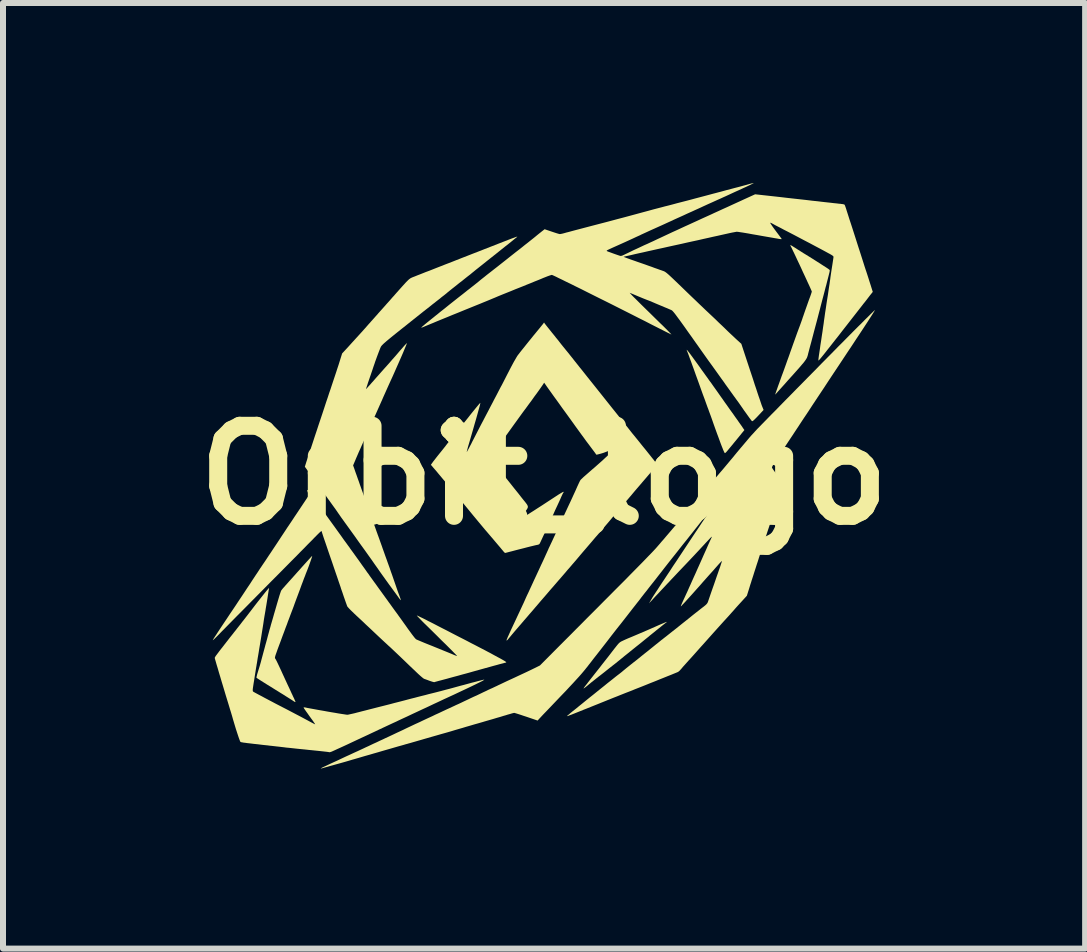
<source format=kicad_pcb>
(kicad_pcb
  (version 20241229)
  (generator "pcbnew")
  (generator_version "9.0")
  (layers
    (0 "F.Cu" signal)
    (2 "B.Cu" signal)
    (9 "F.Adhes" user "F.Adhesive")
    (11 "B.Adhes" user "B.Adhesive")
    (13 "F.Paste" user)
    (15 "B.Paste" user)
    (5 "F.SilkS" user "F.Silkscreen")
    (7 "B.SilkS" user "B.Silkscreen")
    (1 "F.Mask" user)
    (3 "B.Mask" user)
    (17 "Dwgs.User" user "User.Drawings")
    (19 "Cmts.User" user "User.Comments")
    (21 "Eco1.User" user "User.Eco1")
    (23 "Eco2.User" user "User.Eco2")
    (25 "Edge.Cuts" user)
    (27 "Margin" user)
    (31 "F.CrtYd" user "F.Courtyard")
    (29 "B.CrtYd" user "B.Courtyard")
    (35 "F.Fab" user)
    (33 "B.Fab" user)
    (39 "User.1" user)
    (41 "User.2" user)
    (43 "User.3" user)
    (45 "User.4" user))
  (footprint "Orbit_logo"
    (layer "F.Cu")
    (at 6.014 4.866)
    (property "Reference" "Orbit_logo" (at 0 0 0) (layer "F.SilkS") (effects (font (size 1.5 1.5) (thickness 0.3))))
    (attr board_only exclude_from_pos_files exclude_from_bom)
    (fp_poly (pts (xy 2.031 2.459) (xy 2.017 2.469) (xy 1.992 2.489) (xy 1.958 2.516) (xy 1.916 2.55) (xy 1.867 2.589) (xy 1.814 2.632) (xy 1.757 2.678) (xy 1.746 2.688) (xy 1.716 2.712) (xy 1.676 2.744) (xy 1.631 2.781) (xy 1.584 2.819) (xy 1.537 2.856) (xy 1.531 2.861) (xy 1.486 2.897) (xy 1.44 2.934) (xy 1.397 2.969) (xy 1.358 3) (xy 1.328 3.024) (xy 1.324 3.028) (xy 1.292 3.054) (xy 1.259 3.081) (xy 1.224 3.109) (xy 1.186 3.14) (xy 1.142 3.174) (xy 1.091 3.214) (xy 1.032 3.261) (xy 0.964 3.315) (xy 0.917 3.351) (xy 0.874 3.385) (xy 0.83 3.42) (xy 0.788 3.453) (xy 0.753 3.482) (xy 0.729 3.502) (xy 0.702 3.524) (xy 0.68 3.541) (xy 0.665 3.552) (xy 0.66 3.555) (xy 0.661 3.549) (xy 0.67 3.535) (xy 0.681 3.52) (xy 0.692 3.506) (xy 0.711 3.482) (xy 0.737 3.448) (xy 0.769 3.407) (xy 0.806 3.36) (xy 0.846 3.309) (xy 0.887 3.257) (xy 0.93 3.203) (xy 0.97 3.151) (xy 1.007 3.104) (xy 1.04 3.062) (xy 1.067 3.028) (xy 1.087 3.002) (xy 1.098 2.988) (xy 1.14 2.933) (xy 1.174 2.889) (xy 1.201 2.855) (xy 1.222 2.829) (xy 1.239 2.809) (xy 1.253 2.795) (xy 1.265 2.785) (xy 1.277 2.777) (xy 1.289 2.77) (xy 1.3 2.765) (xy 1.325 2.753) (xy 1.36 2.737) (xy 1.401 2.719) (xy 1.445 2.701) (xy 1.457 2.696) (xy 1.549 2.657) (xy 1.65 2.614) (xy 1.752 2.57) (xy 1.852 2.526) (xy 1.91 2.5) (xy 1.949 2.483) (xy 1.983 2.469) (xy 2.011 2.457) (xy 2.029 2.45) (xy 2.031 2.45) (xy 2.051 2.444)) (stroke (width 0) (type solid)) (fill yes) (layer "F.SilkS"))
    (fp_poly (pts (xy 2.381 -2.086) (xy 2.388 -2.078) (xy 2.4 -2.064) (xy 2.418 -2.041) (xy 2.442 -2.009) (xy 2.472 -1.968) (xy 2.51 -1.916) (xy 2.555 -1.854) (xy 2.608 -1.78) (xy 2.629 -1.75) (xy 2.662 -1.705) (xy 2.694 -1.66) (xy 2.724 -1.619) (xy 2.749 -1.583) (xy 2.768 -1.557) (xy 2.77 -1.555) (xy 2.789 -1.529) (xy 2.814 -1.493) (xy 2.843 -1.452) (xy 2.874 -1.409) (xy 2.898 -1.375) (xy 2.942 -1.312) (xy 2.98 -1.259) (xy 3.011 -1.214) (xy 3.04 -1.174) (xy 3.066 -1.137) (xy 3.092 -1.1) (xy 3.12 -1.061) (xy 3.152 -1.017) (xy 3.184 -0.971) (xy 3.217 -0.925) (xy 3.247 -0.882) (xy 3.274 -0.844) (xy 3.296 -0.813) (xy 3.311 -0.79) (xy 3.317 -0.781) (xy 3.338 -0.751) (xy 3.308 -0.714) (xy 3.293 -0.696) (xy 3.271 -0.668) (xy 3.243 -0.634) (xy 3.212 -0.596) (xy 3.179 -0.556) (xy 3.178 -0.555) (xy 3.134 -0.501) (xy 3.098 -0.458) (xy 3.071 -0.425) (xy 3.05 -0.4) (xy 3.035 -0.383) (xy 3.024 -0.373) (xy 3.017 -0.368) (xy 3.012 -0.368) (xy 3.009 -0.371) (xy 3.005 -0.377) (xy 3.003 -0.381) (xy 2.996 -0.396) (xy 2.985 -0.42) (xy 2.975 -0.446) (xy 2.959 -0.486) (xy 2.941 -0.533) (xy 2.922 -0.585) (xy 2.902 -0.64) (xy 2.882 -0.693) (xy 2.864 -0.743) (xy 2.848 -0.787) (xy 2.836 -0.821) (xy 2.828 -0.843) (xy 2.821 -0.863) (xy 2.81 -0.895) (xy 2.795 -0.938) (xy 2.777 -0.988) (xy 2.756 -1.044) (xy 2.735 -1.103) (xy 2.725 -1.128) (xy 2.703 -1.189) (xy 2.677 -1.262) (xy 2.647 -1.342) (xy 2.616 -1.428) (xy 2.585 -1.515) (xy 2.554 -1.601) (xy 2.524 -1.683) (xy 2.52 -1.695) (xy 2.495 -1.765) (xy 2.471 -1.831) (xy 2.449 -1.892) (xy 2.429 -1.945) (xy 2.413 -1.99) (xy 2.4 -2.025) (xy 2.391 -2.048) (xy 2.388 -2.057) (xy 2.381 -2.071) (xy 2.378 -2.082) (xy 2.377 -2.087)) (stroke (width 0) (type solid)) (fill yes) (layer "F.SilkS"))
    (fp_poly (pts (xy 4.111 -3.831) (xy 4.129 -3.821) (xy 4.153 -3.806) (xy 4.169 -3.796) (xy 4.193 -3.781) (xy 4.228 -3.758) (xy 4.271 -3.731) (xy 4.318 -3.701) (xy 4.369 -3.67) (xy 4.403 -3.649) (xy 4.48 -3.601) (xy 4.549 -3.557) (xy 4.61 -3.518) (xy 4.661 -3.485) (xy 4.702 -3.459) (xy 4.732 -3.439) (xy 4.749 -3.426) (xy 4.751 -3.424) (xy 4.755 -3.422) (xy 4.758 -3.419) (xy 4.76 -3.415) (xy 4.76 -3.408) (xy 4.759 -3.398) (xy 4.756 -3.381) (xy 4.75 -3.357) (xy 4.742 -3.325) (xy 4.731 -3.282) (xy 4.717 -3.228) (xy 4.7 -3.16) (xy 4.692 -3.133) (xy 4.676 -3.07) (xy 4.657 -2.997) (xy 4.636 -2.918) (xy 4.615 -2.837) (xy 4.595 -2.759) (xy 4.578 -2.695) (xy 4.56 -2.625) (xy 4.54 -2.549) (xy 4.519 -2.471) (xy 4.499 -2.396) (xy 4.481 -2.327) (xy 4.467 -2.274) (xy 4.452 -2.217) (xy 4.437 -2.162) (xy 4.423 -2.11) (xy 4.411 -2.064) (xy 4.402 -2.03) (xy 4.399 -2.018) (xy 4.395 -2) (xy 4.39 -1.984) (xy 4.385 -1.969) (xy 4.379 -1.954) (xy 4.37 -1.938) (xy 4.358 -1.919) (xy 4.343 -1.898) (xy 4.323 -1.872) (xy 4.297 -1.842) (xy 4.266 -1.805) (xy 4.228 -1.762) (xy 4.182 -1.71) (xy 4.128 -1.65) (xy 4.065 -1.58) (xy 4.005 -1.512) (xy 3.967 -1.47) (xy 3.932 -1.431) (xy 3.902 -1.398) (xy 3.878 -1.371) (xy 3.862 -1.353) (xy 3.855 -1.345) (xy 3.854 -1.344) (xy 3.852 -1.345) (xy 3.854 -1.353) (xy 3.861 -1.374) (xy 3.872 -1.406) (xy 3.886 -1.445) (xy 3.902 -1.491) (xy 3.92 -1.54) (xy 3.938 -1.591) (xy 3.956 -1.642) (xy 3.974 -1.69) (xy 3.99 -1.733) (xy 3.999 -1.758) (xy 4.013 -1.797) (xy 4.031 -1.847) (xy 4.051 -1.904) (xy 4.073 -1.964) (xy 4.094 -2.023) (xy 4.102 -2.047) (xy 4.125 -2.111) (xy 4.15 -2.182) (xy 4.176 -2.254) (xy 4.201 -2.324) (xy 4.223 -2.385) (xy 4.227 -2.395) (xy 4.246 -2.447) (xy 4.265 -2.497) (xy 4.282 -2.544) (xy 4.296 -2.583) (xy 4.306 -2.612) (xy 4.307 -2.617) (xy 4.321 -2.656) (xy 4.338 -2.706) (xy 4.358 -2.763) (xy 4.379 -2.822) (xy 4.399 -2.879) (xy 4.418 -2.932) (xy 4.434 -2.974) (xy 4.437 -2.983) (xy 4.448 -3.014) (xy 4.456 -3.039) (xy 4.461 -3.056) (xy 4.461 -3.059) (xy 4.458 -3.068) (xy 4.449 -3.089) (xy 4.435 -3.121) (xy 4.416 -3.163) (xy 4.393 -3.212) (xy 4.368 -3.267) (xy 4.34 -3.327) (xy 4.311 -3.389) (xy 4.282 -3.453) (xy 4.252 -3.517) (xy 4.223 -3.578) (xy 4.196 -3.636) (xy 4.171 -3.689) (xy 4.149 -3.734) (xy 4.131 -3.772) (xy 4.118 -3.799) (xy 4.109 -3.815) (xy 4.109 -3.815) (xy 4.104 -3.828) (xy 4.104 -3.833)) (stroke (width 0) (type solid)) (fill yes) (layer "F.SilkS"))
    (fp_poly (pts (xy -3.864 1.354) (xy -3.87 1.374) (xy -3.88 1.405) (xy -3.893 1.442) (xy -3.908 1.484) (xy -3.924 1.528) (xy -3.941 1.573) (xy -3.957 1.613) (xy -3.969 1.643) (xy -3.982 1.679) (xy -3.999 1.721) (xy -4.018 1.773) (xy -4.041 1.833) (xy -4.067 1.905) (xy -4.098 1.988) (xy -4.134 2.084) (xy -4.155 2.141) (xy -4.172 2.189) (xy -4.192 2.242) (xy -4.212 2.294) (xy -4.225 2.328) (xy -4.236 2.358) (xy -4.246 2.385) (xy -4.256 2.411) (xy -4.267 2.439) (xy -4.278 2.471) (xy -4.292 2.508) (xy -4.309 2.552) (xy -4.329 2.607) (xy -4.354 2.673) (xy -4.365 2.703) (xy -4.394 2.782) (xy -4.419 2.848) (xy -4.439 2.902) (xy -4.454 2.945) (xy -4.466 2.979) (xy -4.475 3.004) (xy -4.48 3.023) (xy -4.483 3.036) (xy -4.483 3.045) (xy -4.482 3.052) (xy -4.479 3.056) (xy -4.475 3.061) (xy -4.474 3.062) (xy -4.469 3.072) (xy -4.457 3.094) (xy -4.441 3.127) (xy -4.421 3.169) (xy -4.398 3.218) (xy -4.373 3.272) (xy -4.36 3.301) (xy -4.331 3.364) (xy -4.301 3.429) (xy -4.272 3.492) (xy -4.244 3.551) (xy -4.22 3.603) (xy -4.201 3.645) (xy -4.198 3.65) (xy -4.18 3.69) (xy -4.163 3.725) (xy -4.151 3.753) (xy -4.143 3.771) (xy -4.141 3.777) (xy -4.145 3.781) (xy -4.157 3.776) (xy -4.179 3.762) (xy -4.185 3.758) (xy -4.199 3.748) (xy -4.226 3.731) (xy -4.261 3.709) (xy -4.304 3.682) (xy -4.351 3.652) (xy -4.402 3.621) (xy -4.411 3.615) (xy -4.484 3.57) (xy -4.551 3.528) (xy -4.613 3.49) (xy -4.667 3.456) (xy -4.713 3.427) (xy -4.749 3.404) (xy -4.775 3.387) (xy -4.789 3.377) (xy -4.791 3.376) (xy -4.791 3.367) (xy -4.786 3.346) (xy -4.779 3.317) (xy -4.768 3.281) (xy -4.766 3.274) (xy -4.751 3.226) (xy -4.734 3.17) (xy -4.718 3.114) (xy -4.707 3.071) (xy -4.694 3.023) (xy -4.679 2.967) (xy -4.663 2.908) (xy -4.648 2.853) (xy -4.645 2.84) (xy -4.63 2.787) (xy -4.614 2.729) (xy -4.599 2.671) (xy -4.585 2.621) (xy -4.582 2.61) (xy -4.575 2.582) (xy -4.567 2.556) (xy -4.559 2.528) (xy -4.551 2.497) (xy -4.541 2.463) (xy -4.529 2.422) (xy -4.515 2.374) (xy -4.499 2.317) (xy -4.479 2.249) (xy -4.456 2.169) (xy -4.434 2.094) (xy -4.42 2.047) (xy -4.407 2.003) (xy -4.395 1.967) (xy -4.386 1.941) (xy -4.381 1.926) (xy -4.38 1.925) (xy -4.372 1.914) (xy -4.356 1.893) (xy -4.332 1.866) (xy -4.304 1.834) (xy -4.277 1.804) (xy -4.246 1.769) (xy -4.207 1.726) (xy -4.163 1.677) (xy -4.116 1.624) (xy -4.068 1.571) (xy -4.024 1.521) (xy -3.984 1.477) (xy -3.948 1.437) (xy -3.917 1.403) (xy -3.892 1.375) (xy -3.874 1.356) (xy -3.864 1.347) (xy -3.863 1.346)) (stroke (width 0) (type solid)) (fill yes) (layer "F.SilkS"))
    (fp_poly (pts (xy -4.581 1.888) (xy -4.581 1.889) (xy -4.584 1.899) (xy -4.588 1.921) (xy -4.593 1.953) (xy -4.599 1.991) (xy -4.601 2.005) (xy -4.608 2.051) (xy -4.617 2.107) (xy -4.627 2.168) (xy -4.637 2.226) (xy -4.641 2.254) (xy -4.65 2.306) (xy -4.659 2.358) (xy -4.667 2.407) (xy -4.673 2.448) (xy -4.676 2.469) (xy -4.685 2.527) (xy -4.697 2.601) (xy -4.711 2.69) (xy -4.728 2.793) (xy -4.748 2.912) (xy -4.753 2.945) (xy -4.762 2.999) (xy -4.771 3.05) (xy -4.778 3.096) (xy -4.784 3.134) (xy -4.789 3.16) (xy -4.789 3.164) (xy -4.793 3.186) (xy -4.799 3.221) (xy -4.806 3.266) (xy -4.814 3.317) (xy -4.823 3.372) (xy -4.828 3.406) (xy -4.838 3.465) (xy -4.845 3.511) (xy -4.85 3.545) (xy -4.853 3.569) (xy -4.853 3.586) (xy -4.852 3.596) (xy -4.85 3.602) (xy -4.846 3.606) (xy -4.846 3.607) (xy -4.834 3.614) (xy -4.811 3.627) (xy -4.781 3.643) (xy -4.746 3.662) (xy -4.742 3.664) (xy -4.7 3.686) (xy -4.656 3.71) (xy -4.614 3.732) (xy -4.586 3.747) (xy -4.559 3.761) (xy -4.521 3.781) (xy -4.476 3.805) (xy -4.426 3.831) (xy -4.375 3.857) (xy -4.36 3.865) (xy -4.284 3.904) (xy -4.208 3.944) (xy -4.132 3.984) (xy -4.059 4.022) (xy -3.992 4.058) (xy -3.934 4.089) (xy -3.886 4.115) (xy -3.873 4.122) (xy -3.846 4.136) (xy -3.826 4.147) (xy -3.814 4.151) (xy -3.813 4.151) (xy -3.817 4.144) (xy -3.829 4.126) (xy -3.846 4.101) (xy -3.868 4.07) (xy -3.873 4.064) (xy -3.912 4.01) (xy -3.942 3.967) (xy -3.966 3.934) (xy -3.983 3.909) (xy -3.995 3.892) (xy -4.002 3.881) (xy -4.005 3.874) (xy -4.006 3.871) (xy -4.005 3.87) (xy -3.996 3.869) (xy -3.977 3.871) (xy -3.964 3.874) (xy -3.936 3.88) (xy -3.897 3.887) (xy -3.848 3.896) (xy -3.793 3.906) (xy -3.732 3.917) (xy -3.668 3.928) (xy -3.603 3.94) (xy -3.539 3.951) (xy -3.478 3.961) (xy -3.421 3.971) (xy -3.371 3.979) (xy -3.33 3.985) (xy -3.299 3.99) (xy -3.281 3.992) (xy -3.278 3.992) (xy -3.264 3.991) (xy -3.238 3.985) (xy -3.201 3.977) (xy -3.157 3.967) (xy -3.108 3.954) (xy -3.087 3.949) (xy -3.038 3.936) (xy -2.978 3.921) (xy -2.909 3.903) (xy -2.834 3.884) (xy -2.756 3.864) (xy -2.68 3.845) (xy -2.629 3.832) (xy -2.562 3.815) (xy -2.499 3.798) (xy -2.44 3.783) (xy -2.389 3.77) (xy -2.347 3.759) (xy -2.316 3.751) (xy -2.298 3.746) (xy -2.297 3.746) (xy -2.279 3.741) (xy -2.249 3.733) (xy -2.207 3.722) (xy -2.158 3.71) (xy -2.102 3.695) (xy -2.043 3.68) (xy -1.982 3.665) (xy -1.923 3.649) (xy -1.866 3.635) (xy -1.814 3.622) (xy -1.771 3.611) (xy -1.737 3.602) (xy -1.719 3.598) (xy -1.702 3.593) (xy -1.672 3.585) (xy -1.631 3.574) (xy -1.58 3.561) (xy -1.521 3.545) (xy -1.456 3.527) (xy -1.387 3.508) (xy -1.344 3.497) (xy -1.274 3.478) (xy -1.209 3.46) (xy -1.149 3.445) (xy -1.097 3.431) (xy -1.054 3.42) (xy -1.022 3.412) (xy -1.002 3.408) (xy -0.996 3.407) (xy -0.997 3.41) (xy -1.012 3.42) (xy -1.04 3.436) (xy -1.083 3.457) (xy -1.139 3.485) (xy -1.209 3.519) (xy -1.293 3.559) (xy -1.389 3.604) (xy -1.499 3.656) (xy -1.586 3.696) (xy -1.616 3.71) (xy -1.658 3.729) (xy -1.709 3.753) (xy -1.768 3.781) (xy -1.831 3.81) (xy -1.896 3.841) (xy -1.953 3.868) (xy -2.027 3.902) (xy -2.108 3.94) (xy -2.192 3.979) (xy -2.276 4.019) (xy -2.354 4.055) (xy -2.425 4.088) (xy -2.453 4.102) (xy -2.521 4.133) (xy -2.596 4.168) (xy -2.673 4.204) (xy -2.748 4.239) (xy -2.817 4.272) (xy -2.875 4.299) (xy -2.958 4.338) (xy -3.04 4.376) (xy -3.121 4.414) (xy -3.198 4.45) (xy -3.27 4.484) (xy -3.337 4.515) (xy -3.396 4.542) (xy -3.447 4.565) (xy -3.488 4.584) (xy -3.517 4.597) (xy -3.534 4.605) (xy -3.534 4.605) (xy -3.563 4.615) (xy -3.581 4.617) (xy -3.587 4.614) (xy -3.595 4.613) (xy -3.617 4.61) (xy -3.652 4.606) (xy -3.697 4.601) (xy -3.751 4.595) (xy -3.812 4.589) (xy -3.879 4.582) (xy -3.911 4.579) (xy -3.984 4.571) (xy -4.056 4.564) (xy -4.125 4.557) (xy -4.188 4.55) (xy -4.243 4.544) (xy -4.288 4.54) (xy -4.32 4.536) (xy -4.324 4.535) (xy -4.361 4.531) (xy -4.41 4.525) (xy -4.466 4.519) (xy -4.525 4.512) (xy -4.583 4.506) (xy -4.594 4.504) (xy -4.69 4.494) (xy -4.771 4.484) (xy -4.839 4.477) (xy -4.895 4.47) (xy -4.941 4.465) (xy -4.976 4.46) (xy -5.004 4.457) (xy -5.024 4.453) (xy -5.038 4.451) (xy -5.048 4.448) (xy -5.054 4.446) (xy -5.057 4.444) (xy -5.06 4.441) (xy -5.061 4.44) (xy -5.066 4.429) (xy -5.075 4.405) (xy -5.087 4.372) (xy -5.101 4.33) (xy -5.116 4.284) (xy -5.132 4.235) (xy -5.147 4.186) (xy -5.161 4.139) (xy -5.172 4.102) (xy -5.182 4.069) (xy -5.19 4.04) (xy -5.198 4.012) (xy -5.207 3.982) (xy -5.217 3.948) (xy -5.23 3.907) (xy -5.245 3.857) (xy -5.262 3.801) (xy -5.28 3.742) (xy -5.301 3.674) (xy -5.323 3.6) (xy -5.346 3.523) (xy -5.37 3.444) (xy -5.393 3.366) (xy -5.416 3.29) (xy -5.436 3.22) (xy -5.455 3.158) (xy -5.47 3.105) (xy -5.482 3.064) (xy -5.484 3.055) (xy -5.485 3.051) (xy -5.486 3.047) (xy -5.486 3.042) (xy -5.483 3.036) (xy -5.478 3.027) (xy -5.47 3.013) (xy -5.457 2.996) (xy -5.439 2.972) (xy -5.416 2.941) (xy -5.386 2.902) (xy -5.349 2.855) (xy -5.304 2.797) (xy -5.251 2.729) (xy -5.231 2.703) (xy -5.198 2.662) (xy -5.167 2.622) (xy -5.138 2.586) (xy -5.115 2.556) (xy -5.1 2.537) (xy -5.098 2.535) (xy -5.089 2.523) (xy -5.08 2.512) (xy -5.07 2.499) (xy -5.058 2.484) (xy -5.043 2.464) (xy -5.024 2.439) (xy -4.999 2.408) (xy -4.968 2.368) (xy -4.93 2.319) (xy -4.884 2.259) (xy -4.877 2.25) (xy -4.822 2.178) (xy -4.77 2.111) (xy -4.723 2.052) (xy -4.682 2) (xy -4.647 1.956) (xy -4.619 1.922) (xy -4.599 1.898) (xy -4.587 1.885) (xy -4.584 1.883)) (stroke (width 0) (type solid)) (fill yes) (layer "F.SilkS"))
    (fp_poly (pts (xy -3.937 0.25) (xy -3.926 0.261) (xy -3.91 0.281) (xy -3.887 0.311) (xy -3.858 0.35) (xy -3.821 0.4) (xy -3.777 0.462) (xy -3.753 0.496) (xy -3.721 0.54) (xy -3.69 0.584) (xy -3.661 0.624) (xy -3.636 0.658) (xy -3.619 0.682) (xy -3.618 0.684) (xy -3.591 0.721) (xy -3.558 0.767) (xy -3.521 0.818) (xy -3.482 0.872) (xy -3.444 0.925) (xy -3.408 0.975) (xy -3.377 1.018) (xy -3.353 1.052) (xy -3.351 1.055) (xy -3.329 1.086) (xy -3.3 1.125) (xy -3.269 1.168) (xy -3.238 1.21) (xy -3.23 1.223) (xy -3.199 1.265) (xy -3.163 1.315) (xy -3.125 1.368) (xy -3.088 1.419) (xy -3.068 1.447) (xy -3.038 1.49) (xy -3.007 1.533) (xy -2.979 1.572) (xy -2.956 1.605) (xy -2.942 1.625) (xy -2.925 1.647) (xy -2.902 1.681) (xy -2.872 1.722) (xy -2.837 1.771) (xy -2.799 1.823) (xy -2.759 1.879) (xy -2.719 1.934) (xy -2.68 1.988) (xy -2.644 2.038) (xy -2.611 2.083) (xy -2.585 2.12) (xy -2.569 2.141) (xy -2.542 2.179) (xy -2.511 2.222) (xy -2.482 2.262) (xy -2.474 2.273) (xy -2.448 2.308) (xy -2.421 2.346) (xy -2.397 2.379) (xy -2.389 2.39) (xy -2.366 2.422) (xy -2.339 2.46) (xy -2.314 2.495) (xy -2.31 2.5) (xy -2.266 2.563) (xy -2.229 2.613) (xy -2.2 2.653) (xy -2.176 2.684) (xy -2.158 2.707) (xy -2.144 2.723) (xy -2.134 2.733) (xy -2.126 2.738) (xy -2.113 2.744) (xy -2.087 2.755) (xy -2.049 2.771) (xy -1.999 2.792) (xy -1.935 2.818) (xy -1.857 2.849) (xy -1.766 2.886) (xy -1.668 2.926) (xy -1.621 2.945) (xy -1.577 2.963) (xy -1.538 2.979) (xy -1.508 2.992) (xy -1.489 3) (xy -1.467 3.008) (xy -1.452 3.013) (xy -1.448 3.013) (xy -1.453 3.007) (xy -1.469 2.99) (xy -1.496 2.963) (xy -1.533 2.925) (xy -1.581 2.877) (xy -1.639 2.819) (xy -1.708 2.752) (xy -1.786 2.674) (xy -1.874 2.587) (xy -1.972 2.491) (xy -1.991 2.473) (xy -2.028 2.436) (xy -2.06 2.403) (xy -2.087 2.375) (xy -2.107 2.354) (xy -2.118 2.341) (xy -2.119 2.338) (xy -2.111 2.341) (xy -2.091 2.35) (xy -2.06 2.365) (xy -2.02 2.384) (xy -1.974 2.407) (xy -1.923 2.434) (xy -1.902 2.444) (xy -1.839 2.476) (xy -1.772 2.511) (xy -1.704 2.546) (xy -1.639 2.579) (xy -1.581 2.609) (xy -1.539 2.631) (xy -1.483 2.66) (xy -1.421 2.692) (xy -1.354 2.726) (xy -1.286 2.761) (xy -1.218 2.797) (xy -1.151 2.831) (xy -1.088 2.864) (xy -1.03 2.894) (xy -0.98 2.92) (xy -0.939 2.942) (xy -0.91 2.957) (xy -0.902 2.961) (xy -0.831 3) (xy -0.772 3.032) (xy -0.725 3.057) (xy -0.688 3.078) (xy -0.662 3.093) (xy -0.644 3.105) (xy -0.633 3.112) (xy -0.629 3.117) (xy -0.629 3.118) (xy -0.64 3.125) (xy -0.643 3.125) (xy -0.648 3.126) (xy -0.66 3.129) (xy -0.678 3.134) (xy -0.705 3.141) (xy -0.741 3.15) (xy -0.787 3.163) (xy -0.843 3.178) (xy -0.911 3.197) (xy -0.991 3.219) (xy -1.084 3.245) (xy -1.192 3.275) (xy -1.195 3.276) (xy -1.244 3.29) (xy -1.302 3.306) (xy -1.366 3.323) (xy -1.433 3.342) (xy -1.501 3.36) (xy -1.567 3.378) (xy -1.628 3.395) (xy -1.681 3.409) (xy -1.725 3.421) (xy -1.75 3.427) (xy -1.782 3.436) (xy -1.808 3.443) (xy -1.825 3.448) (xy -1.829 3.45) (xy -1.838 3.448) (xy -1.858 3.443) (xy -1.886 3.434) (xy -1.907 3.427) (xy -1.941 3.414) (xy -1.971 3.403) (xy -1.994 3.395) (xy -2.001 3.392) (xy -2.013 3.384) (xy -2.034 3.367) (xy -2.062 3.343) (xy -2.095 3.313) (xy -2.131 3.279) (xy -2.138 3.272) (xy -2.234 3.181) (xy -2.318 3.1) (xy -2.391 3.03) (xy -2.453 2.971) (xy -2.504 2.923) (xy -2.544 2.885) (xy -2.573 2.858) (xy -2.585 2.848) (xy -2.603 2.831) (xy -2.631 2.805) (xy -2.668 2.771) (xy -2.711 2.731) (xy -2.759 2.686) (xy -2.811 2.637) (xy -2.865 2.586) (xy -2.919 2.535) (xy -2.973 2.485) (xy -2.981 2.477) (xy -3.007 2.452) (xy -3.042 2.419) (xy -3.082 2.382) (xy -3.123 2.344) (xy -3.155 2.314) (xy -3.19 2.28) (xy -3.222 2.249) (xy -3.248 2.222) (xy -3.267 2.201) (xy -3.277 2.189) (xy -3.277 2.189) (xy -3.282 2.177) (xy -3.291 2.152) (xy -3.304 2.116) (xy -3.32 2.07) (xy -3.339 2.016) (xy -3.359 1.956) (xy -3.382 1.891) (xy -3.389 1.867) (xy -3.416 1.789) (xy -3.444 1.706) (xy -3.474 1.619) (xy -3.503 1.534) (xy -3.53 1.454) (xy -3.555 1.382) (xy -3.571 1.336) (xy -3.602 1.245) (xy -3.628 1.168) (xy -3.65 1.104) (xy -3.668 1.052) (xy -3.682 1.01) (xy -3.692 0.979) (xy -3.699 0.956) (xy -3.703 0.941) (xy -3.705 0.935) (xy -3.708 0.932) (xy -3.718 0.938) (xy -3.735 0.952) (xy -3.76 0.976) (xy -3.794 1.01) (xy -3.808 1.025) (xy -3.827 1.043) (xy -3.855 1.073) (xy -3.893 1.111) (xy -3.94 1.158) (xy -3.994 1.214) (xy -4.056 1.276) (xy -4.123 1.345) (xy -4.197 1.419) (xy -4.275 1.498) (xy -4.357 1.581) (xy -4.442 1.667) (xy -4.53 1.755) (xy -4.61 1.836) (xy -4.699 1.926) (xy -4.786 2.014) (xy -4.871 2.1) (xy -4.952 2.182) (xy -5.03 2.261) (xy -5.103 2.334) (xy -5.17 2.402) (xy -5.231 2.464) (xy -5.284 2.518) (xy -5.33 2.565) (xy -5.367 2.602) (xy -5.394 2.63) (xy -5.41 2.647) (xy -5.442 2.679) (xy -5.471 2.708) (xy -5.494 2.73) (xy -5.51 2.745) (xy -5.517 2.75) (xy -5.518 2.749) (xy -5.517 2.746) (xy -5.513 2.739) (xy -5.507 2.728) (xy -5.497 2.712) (xy -5.483 2.69) (xy -5.464 2.662) (xy -5.441 2.626) (xy -5.412 2.582) (xy -5.377 2.529) (xy -5.335 2.466) (xy -5.286 2.393) (xy -5.229 2.307) (xy -5.181 2.236) (xy -5.134 2.166) (xy -5.086 2.093) (xy -5.037 2.02) (xy -4.99 1.949) (xy -4.946 1.882) (xy -4.906 1.823) (xy -4.873 1.772) (xy -4.864 1.758) (xy -4.831 1.708) (xy -4.8 1.661) (xy -4.771 1.618) (xy -4.747 1.581) (xy -4.729 1.553) (xy -4.718 1.538) (xy -4.703 1.515) (xy -4.68 1.481) (xy -4.652 1.44) (xy -4.62 1.392) (xy -4.586 1.34) (xy -4.55 1.287) (xy -4.515 1.234) (xy -4.481 1.183) (xy -4.451 1.138) (xy -4.426 1.1) (xy -4.407 1.071) (xy -4.399 1.059) (xy -4.388 1.042) (xy -4.369 1.013) (xy -4.343 0.974) (xy -4.312 0.927) (xy -4.276 0.872) (xy -4.236 0.813) (xy -4.193 0.749) (xy -4.149 0.682) (xy -4.14 0.669) (xy -3.916 0.333) (xy -3.931 0.299) (xy -3.94 0.275) (xy -3.945 0.255) (xy -3.946 0.249) (xy -3.944 0.246)) (stroke (width 0) (type solid)) (fill yes) (layer "F.SilkS"))
    (fp_poly (pts (xy -0.445 -3.973) (xy -0.451 -3.967) (xy -0.469 -3.952) (xy -0.498 -3.929) (xy -0.538 -3.896) (xy -0.588 -3.856) (xy -0.648 -3.809) (xy -0.717 -3.754) (xy -0.794 -3.692) (xy -0.88 -3.624) (xy -0.957 -3.563) (xy -1.008 -3.522) (xy -1.056 -3.484) (xy -1.1 -3.449) (xy -1.138 -3.419) (xy -1.167 -3.395) (xy -1.188 -3.378) (xy -1.196 -3.372) (xy -1.21 -3.36) (xy -1.234 -3.34) (xy -1.267 -3.315) (xy -1.305 -3.285) (xy -1.346 -3.252) (xy -1.363 -3.238) (xy -1.413 -3.2) (xy -1.466 -3.157) (xy -1.521 -3.114) (xy -1.571 -3.074) (xy -1.613 -3.04) (xy -1.613 -3.039) (xy -1.656 -3.004) (xy -1.703 -2.968) (xy -1.747 -2.932) (xy -1.787 -2.901) (xy -1.805 -2.887) (xy -1.83 -2.867) (xy -1.865 -2.84) (xy -1.908 -2.805) (xy -1.958 -2.766) (xy -2.012 -2.724) (xy -2.068 -2.679) (xy -2.121 -2.637) (xy -2.218 -2.56) (xy -2.304 -2.491) (xy -2.38 -2.431) (xy -2.445 -2.379) (xy -2.501 -2.334) (xy -2.549 -2.295) (xy -2.589 -2.262) (xy -2.622 -2.235) (xy -2.649 -2.211) (xy -2.671 -2.192) (xy -2.687 -2.176) (xy -2.7 -2.163) (xy -2.71 -2.151) (xy -2.717 -2.141) (xy -2.722 -2.131) (xy -2.726 -2.121) (xy -2.731 -2.11) (xy -2.734 -2.102) (xy -2.752 -2.056) (xy -2.77 -2.008) (xy -2.788 -1.96) (xy -2.803 -1.918) (xy -2.815 -1.886) (xy -2.817 -1.879) (xy -2.822 -1.863) (xy -2.832 -1.835) (xy -2.845 -1.797) (xy -2.86 -1.751) (xy -2.878 -1.699) (xy -2.897 -1.643) (xy -2.898 -1.641) (xy -2.916 -1.588) (xy -2.933 -1.539) (xy -2.946 -1.497) (xy -2.957 -1.465) (xy -2.964 -1.442) (xy -2.967 -1.433) (xy -2.967 -1.433) (xy -2.961 -1.438) (xy -2.947 -1.453) (xy -2.926 -1.477) (xy -2.898 -1.507) (xy -2.867 -1.543) (xy -2.85 -1.561) (xy -2.807 -1.611) (xy -2.757 -1.667) (xy -2.706 -1.725) (xy -2.657 -1.78) (xy -2.621 -1.82) (xy -2.577 -1.869) (xy -2.529 -1.925) (xy -2.478 -1.982) (xy -2.431 -2.037) (xy -2.397 -2.077) (xy -2.364 -2.114) (xy -2.336 -2.147) (xy -2.312 -2.173) (xy -2.294 -2.191) (xy -2.285 -2.2) (xy -2.284 -2.201) (xy -2.286 -2.193) (xy -2.294 -2.172) (xy -2.307 -2.14) (xy -2.325 -2.097) (xy -2.346 -2.046) (xy -2.371 -1.988) (xy -2.399 -1.924) (xy -2.429 -1.856) (xy -2.461 -1.784) (xy -2.493 -1.711) (xy -2.526 -1.637) (xy -2.555 -1.574) (xy -2.58 -1.519) (xy -2.608 -1.457) (xy -2.636 -1.394) (xy -2.662 -1.336) (xy -2.676 -1.305) (xy -2.697 -1.256) (xy -2.723 -1.198) (xy -2.751 -1.135) (xy -2.779 -1.072) (xy -2.804 -1.016) (xy -2.829 -0.96) (xy -2.855 -0.902) (xy -2.881 -0.844) (xy -2.904 -0.792) (xy -2.922 -0.749) (xy -2.924 -0.746) (xy -2.943 -0.702) (xy -2.962 -0.659) (xy -2.98 -0.619) (xy -2.994 -0.588) (xy -2.997 -0.582) (xy -3.014 -0.546) (xy -3.035 -0.499) (xy -3.059 -0.444) (xy -3.085 -0.387) (xy -3.11 -0.329) (xy -3.133 -0.276) (xy -3.15 -0.235) (xy -3.181 -0.162) (xy -3.161 -0.107) (xy -3.148 -0.068) (xy -3.133 -0.026) (xy -3.122 0.004) (xy -3.113 0.03) (xy -3.1 0.067) (xy -3.084 0.111) (xy -3.068 0.158) (xy -3.056 0.191) (xy -3.039 0.239) (xy -3.022 0.286) (xy -3.007 0.328) (xy -2.994 0.362) (xy -2.988 0.379) (xy -2.976 0.411) (xy -2.96 0.456) (xy -2.939 0.515) (xy -2.914 0.585) (xy -2.886 0.666) (xy -2.854 0.756) (xy -2.836 0.809) (xy -2.82 0.854) (xy -2.803 0.902) (xy -2.788 0.945) (xy -2.775 0.98) (xy -2.774 0.984) (xy -2.762 1.016) (xy -2.747 1.057) (xy -2.73 1.105) (xy -2.713 1.153) (xy -2.706 1.172) (xy -2.688 1.224) (xy -2.667 1.282) (xy -2.647 1.339) (xy -2.629 1.389) (xy -2.625 1.399) (xy -2.611 1.439) (xy -2.593 1.489) (xy -2.572 1.547) (xy -2.552 1.606) (xy -2.531 1.664) (xy -2.527 1.676) (xy -2.499 1.757) (xy -2.475 1.826) (xy -2.455 1.884) (xy -2.438 1.933) (xy -2.423 1.974) (xy -2.409 2.011) (xy -2.402 2.031) (xy -2.393 2.056) (xy -2.387 2.075) (xy -2.386 2.084) (xy -2.386 2.084) (xy -2.392 2.079) (xy -2.404 2.065) (xy -2.421 2.042) (xy -2.431 2.028) (xy -2.448 2.004) (xy -2.473 1.97) (xy -2.503 1.929) (xy -2.535 1.885) (xy -2.568 1.84) (xy -2.575 1.831) (xy -2.611 1.781) (xy -2.649 1.728) (xy -2.687 1.675) (xy -2.722 1.626) (xy -2.75 1.586) (xy -2.784 1.537) (xy -2.826 1.478) (xy -2.874 1.409) (xy -2.927 1.335) (xy -2.983 1.256) (xy -3.041 1.176) (xy -3.099 1.095) (xy -3.155 1.016) (xy -3.209 0.941) (xy -3.258 0.873) (xy -3.302 0.812) (xy -3.319 0.789) (xy -3.346 0.751) (xy -3.375 0.711) (xy -3.4 0.675) (xy -3.42 0.646) (xy -3.421 0.645) (xy -3.438 0.62) (xy -3.456 0.594) (xy -3.476 0.565) (xy -3.5 0.532) (xy -3.529 0.492) (xy -3.564 0.443) (xy -3.602 0.391) (xy -3.628 0.354) (xy -3.654 0.318) (xy -3.676 0.287) (xy -3.693 0.264) (xy -3.695 0.262) (xy -3.706 0.245) (xy -3.726 0.218) (xy -3.752 0.182) (xy -3.782 0.14) (xy -3.816 0.094) (xy -3.851 0.045) (xy -3.854 0.041) (xy -3.985 -0.14) (xy -3.961 -0.217) (xy -3.946 -0.262) (xy -3.927 -0.32) (xy -3.904 -0.388) (xy -3.878 -0.467) (xy -3.85 -0.552) (xy -3.82 -0.644) (xy -3.788 -0.739) (xy -3.756 -0.837) (xy -3.723 -0.935) (xy -3.691 -1.031) (xy -3.66 -1.125) (xy -3.631 -1.214) (xy -3.603 -1.296) (xy -3.579 -1.37) (xy -3.557 -1.433) (xy -3.54 -1.485) (xy -3.531 -1.512) (xy -3.509 -1.578) (xy -3.486 -1.647) (xy -3.463 -1.716) (xy -3.442 -1.781) (xy -3.423 -1.838) (xy -3.409 -1.883) (xy -3.364 -2.027) (xy -3.266 -2.133) (xy -3.201 -2.205) (xy -3.13 -2.283) (xy -3.057 -2.363) (xy -2.986 -2.442) (xy -2.922 -2.515) (xy -2.911 -2.527) (xy -2.882 -2.56) (xy -2.846 -2.6) (xy -2.808 -2.643) (xy -2.772 -2.683) (xy -2.765 -2.692) (xy -2.738 -2.722) (xy -2.703 -2.761) (xy -2.662 -2.807) (xy -2.617 -2.858) (xy -2.57 -2.91) (xy -2.524 -2.963) (xy -2.511 -2.977) (xy -2.453 -3.043) (xy -2.404 -3.098) (xy -2.363 -3.144) (xy -2.329 -3.181) (xy -2.302 -3.211) (xy -2.279 -3.234) (xy -2.261 -3.252) (xy -2.246 -3.265) (xy -2.232 -3.275) (xy -2.22 -3.283) (xy -2.207 -3.289) (xy -2.194 -3.295) (xy -2.179 -3.301) (xy -2.15 -3.312) (xy -2.111 -3.328) (xy -2.064 -3.346) (xy -2.014 -3.366) (xy -1.969 -3.384) (xy -1.912 -3.405) (xy -1.849 -3.43) (xy -1.786 -3.455) (xy -1.727 -3.478) (xy -1.695 -3.49) (xy -1.651 -3.508) (xy -1.596 -3.529) (xy -1.534 -3.553) (xy -1.469 -3.579) (xy -1.405 -3.604) (xy -1.367 -3.619) (xy -1.282 -3.652) (xy -1.193 -3.687) (xy -1.097 -3.724) (xy -0.993 -3.765) (xy -0.88 -3.809) (xy -0.755 -3.858) (xy -0.66 -3.895) (xy -0.591 -3.922) (xy -0.536 -3.943) (xy -0.494 -3.958) (xy -0.466 -3.968) (xy -0.45 -3.973)) (stroke (width 0) (type solid)) (fill yes) (layer "F.SilkS"))
    (fp_poly (pts (xy 0.012 -2.525) (xy 0.023 -2.511) (xy 0.041 -2.488) (xy 0.061 -2.463) (xy 0.064 -2.459) (xy 0.081 -2.438) (xy 0.105 -2.408) (xy 0.135 -2.37) (xy 0.169 -2.329) (xy 0.203 -2.285) (xy 0.213 -2.274) (xy 0.248 -2.23) (xy 0.282 -2.186) (xy 0.314 -2.146) (xy 0.342 -2.112) (xy 0.362 -2.087) (xy 0.366 -2.082) (xy 0.381 -2.064) (xy 0.404 -2.036) (xy 0.434 -1.998) (xy 0.47 -1.953) (xy 0.51 -1.902) (xy 0.554 -1.847) (xy 0.599 -1.79) (xy 0.619 -1.766) (xy 0.665 -1.708) (xy 0.718 -1.641) (xy 0.778 -1.566) (xy 0.842 -1.486) (xy 0.908 -1.403) (xy 0.975 -1.319) (xy 1.041 -1.236) (xy 1.104 -1.157) (xy 1.126 -1.129) (xy 1.18 -1.062) (xy 1.231 -0.998) (xy 1.279 -0.938) (xy 1.322 -0.884) (xy 1.36 -0.836) (xy 1.392 -0.796) (xy 1.416 -0.765) (xy 1.433 -0.744) (xy 1.441 -0.733) (xy 1.441 -0.733) (xy 1.45 -0.722) (xy 1.467 -0.7) (xy 1.492 -0.67) (xy 1.522 -0.633) (xy 1.557 -0.59) (xy 1.595 -0.543) (xy 1.613 -0.52) (xy 1.655 -0.468) (xy 1.697 -0.417) (xy 1.736 -0.368) (xy 1.772 -0.323) (xy 1.802 -0.285) (xy 1.825 -0.257) (xy 1.829 -0.251) (xy 1.888 -0.176) (xy 1.852 -0.133) (xy 1.839 -0.117) (xy 1.817 -0.091) (xy 1.787 -0.056) (xy 1.752 -0.015) (xy 1.712 0.032) (xy 1.669 0.082) (xy 1.633 0.124) (xy 1.587 0.178) (xy 1.541 0.231) (xy 1.497 0.283) (xy 1.457 0.331) (xy 1.422 0.372) (xy 1.394 0.405) (xy 1.38 0.421) (xy 1.351 0.457) (xy 1.32 0.493) (xy 1.292 0.525) (xy 1.271 0.55) (xy 1.27 0.551) (xy 1.251 0.573) (xy 1.224 0.605) (xy 1.193 0.641) (xy 1.161 0.68) (xy 1.145 0.699) (xy 1.11 0.741) (xy 1.073 0.785) (xy 1.037 0.827) (xy 1.005 0.864) (xy 0.996 0.875) (xy 0.954 0.923) (xy 0.907 0.979) (xy 0.854 1.039) (xy 0.8 1.103) (xy 0.745 1.167) (xy 0.692 1.229) (xy 0.642 1.287) (xy 0.598 1.339) (xy 0.562 1.382) (xy 0.551 1.395) (xy 0.535 1.414) (xy 0.51 1.443) (xy 0.477 1.481) (xy 0.438 1.527) (xy 0.393 1.578) (xy 0.345 1.635) (xy 0.294 1.694) (xy 0.241 1.755) (xy 0.237 1.759) (xy 0.165 1.843) (xy 0.101 1.916) (xy 0.045 1.982) (xy -0.006 2.041) (xy -0.053 2.095) (xy -0.097 2.147) (xy -0.141 2.198) (xy -0.185 2.25) (xy -0.232 2.304) (xy -0.246 2.32) (xy -0.268 2.346) (xy -0.298 2.381) (xy -0.334 2.422) (xy -0.372 2.467) (xy -0.411 2.512) (xy -0.423 2.526) (xy -0.46 2.569) (xy -0.496 2.611) (xy -0.529 2.65) (xy -0.557 2.684) (xy -0.578 2.709) (xy -0.584 2.716) (xy -0.602 2.738) (xy -0.616 2.752) (xy -0.624 2.756) (xy -0.625 2.755) (xy -0.624 2.749) (xy -0.621 2.738) (xy -0.614 2.722) (xy -0.605 2.699) (xy -0.591 2.669) (xy -0.573 2.629) (xy -0.551 2.58) (xy -0.523 2.52) (xy -0.489 2.448) (xy -0.453 2.371) (xy -0.427 2.315) (xy -0.401 2.26) (xy -0.377 2.208) (xy -0.356 2.163) (xy -0.339 2.127) (xy -0.328 2.102) (xy -0.319 2.082) (xy -0.305 2.05) (xy -0.285 2.006) (xy -0.26 1.954) (xy -0.232 1.893) (xy -0.201 1.826) (xy -0.168 1.754) (xy -0.133 1.679) (xy -0.114 1.638) (xy -0.08 1.565) (xy -0.048 1.495) (xy -0.018 1.432) (xy 0.008 1.375) (xy 0.03 1.326) (xy 0.048 1.287) (xy 0.061 1.258) (xy 0.069 1.242) (xy 0.07 1.238) (xy 0.073 1.23) (xy 0.082 1.211) (xy 0.095 1.184) (xy 0.107 1.158) (xy 0.135 1.099) (xy 0.164 1.036) (xy 0.195 0.97) (xy 0.225 0.907) (xy 0.252 0.848) (xy 0.275 0.797) (xy 0.293 0.758) (xy 0.306 0.73) (xy 0.323 0.691) (xy 0.345 0.644) (xy 0.37 0.591) (xy 0.396 0.535) (xy 0.418 0.488) (xy 0.445 0.431) (xy 0.472 0.372) (xy 0.498 0.315) (xy 0.522 0.263) (xy 0.541 0.22) (xy 0.552 0.195) (xy 0.569 0.158) (xy 0.584 0.126) (xy 0.596 0.101) (xy 0.604 0.087) (xy 0.605 0.085) (xy 0.614 0.074) (xy 0.632 0.057) (xy 0.659 0.031) (xy 0.697 -0.002) (xy 0.745 -0.044) (xy 0.804 -0.096) (xy 0.825 -0.113) (xy 0.869 -0.152) (xy 0.92 -0.197) (xy 0.973 -0.244) (xy 1.021 -0.289) (xy 1.043 -0.309) (xy 1.079 -0.342) (xy 1.112 -0.373) (xy 1.141 -0.398) (xy 1.163 -0.418) (xy 1.175 -0.428) (xy 1.187 -0.439) (xy 1.19 -0.445) (xy 1.189 -0.445) (xy 1.175 -0.442) (xy 1.15 -0.434) (xy 1.116 -0.421) (xy 1.077 -0.405) (xy 1.055 -0.396) (xy 1.024 -0.384) (xy 0.989 -0.371) (xy 0.953 -0.36) (xy 0.92 -0.351) (xy 0.893 -0.344) (xy 0.875 -0.341) (xy 0.869 -0.343) (xy 0.863 -0.352) (xy 0.85 -0.371) (xy 0.83 -0.398) (xy 0.805 -0.431) (xy 0.778 -0.467) (xy 0.743 -0.514) (xy 0.702 -0.568) (xy 0.661 -0.625) (xy 0.621 -0.679) (xy 0.601 -0.707) (xy 0.566 -0.755) (xy 0.526 -0.81) (xy 0.484 -0.869) (xy 0.443 -0.926) (xy 0.409 -0.973) (xy 0.375 -1.02) (xy 0.337 -1.072) (xy 0.297 -1.127) (xy 0.256 -1.185) (xy 0.215 -1.242) (xy 0.174 -1.298) (xy 0.136 -1.351) (xy 0.101 -1.4) (xy 0.071 -1.442) (xy 0.046 -1.477) (xy 0.029 -1.502) (xy 0.019 -1.516) (xy 0.002 -1.54) (xy -0.02 -1.506) (xy -0.034 -1.486) (xy -0.056 -1.454) (xy -0.085 -1.413) (xy -0.12 -1.364) (xy -0.161 -1.309) (xy -0.204 -1.248) (xy -0.251 -1.185) (xy -0.299 -1.119) (xy -0.344 -1.059) (xy -0.366 -1.029) (xy -0.394 -0.99) (xy -0.426 -0.946) (xy -0.459 -0.9) (xy -0.486 -0.863) (xy -0.54 -0.788) (xy -0.596 -0.71) (xy -0.652 -0.632) (xy -0.707 -0.556) (xy -0.758 -0.486) (xy -0.802 -0.424) (xy -0.834 -0.381) (xy -0.857 -0.349) (xy -0.877 -0.321) (xy -0.891 -0.3) (xy -0.898 -0.288) (xy -0.898 -0.287) (xy -0.894 -0.279) (xy -0.881 -0.261) (xy -0.863 -0.237) (xy -0.846 -0.217) (xy -0.826 -0.192) (xy -0.797 -0.156) (xy -0.76 -0.11) (xy -0.716 -0.055) (xy -0.666 0.007) (xy -0.612 0.075) (xy -0.553 0.149) (xy -0.492 0.226) (xy -0.428 0.305) (xy -0.387 0.358) (xy -0.348 0.407) (xy -0.317 0.445) (xy -0.294 0.475) (xy -0.279 0.497) (xy -0.271 0.516) (xy -0.269 0.531) (xy -0.273 0.546) (xy -0.281 0.562) (xy -0.294 0.582) (xy -0.312 0.607) (xy -0.313 0.609) (xy -0.34 0.65) (xy -0.359 0.679) (xy -0.371 0.698) (xy -0.378 0.71) (xy -0.38 0.716) (xy -0.378 0.719) (xy -0.377 0.719) (xy -0.368 0.715) (xy -0.347 0.703) (xy -0.315 0.683) (xy -0.274 0.658) (xy -0.224 0.626) (xy -0.167 0.59) (xy -0.104 0.549) (xy -0.035 0.505) (xy 0.038 0.457) (xy 0.113 0.408) (xy 0.182 0.363) (xy 0.235 0.328) (xy 0.276 0.303) (xy 0.305 0.286) (xy 0.323 0.278) (xy 0.329 0.279) (xy 0.325 0.288) (xy 0.322 0.291) (xy 0.315 0.303) (xy 0.304 0.325) (xy 0.291 0.353) (xy 0.286 0.364) (xy 0.271 0.399) (xy 0.252 0.441) (xy 0.232 0.484) (xy 0.223 0.504) (xy 0.205 0.542) (xy 0.183 0.589) (xy 0.161 0.639) (xy 0.141 0.684) (xy 0.119 0.733) (xy 0.098 0.778) (xy 0.078 0.822) (xy 0.056 0.869) (xy 0.032 0.921) (xy 0.002 0.984) (xy -0.004 0.996) (xy -0.022 1.034) (xy -0.039 1.071) (xy -0.053 1.101) (xy -0.062 1.121) (xy -0.063 1.122) (xy -0.072 1.141) (xy -0.082 1.152) (xy -0.098 1.159) (xy -0.122 1.164) (xy -0.146 1.169) (xy -0.183 1.178) (xy -0.229 1.189) (xy -0.284 1.203) (xy -0.345 1.219) (xy -0.409 1.235) (xy -0.475 1.252) (xy -0.539 1.269) (xy -0.555 1.273) (xy -0.59 1.282) (xy -0.62 1.29) (xy -0.641 1.295) (xy -0.65 1.297) (xy -0.657 1.291) (xy -0.671 1.277) (xy -0.688 1.256) (xy -0.689 1.255) (xy -0.705 1.236) (xy -0.728 1.208) (xy -0.758 1.173) (xy -0.791 1.134) (xy -0.825 1.094) (xy -0.828 1.09) (xy -0.887 1.021) (xy -0.939 0.96) (xy -0.987 0.904) (xy -1.032 0.85) (xy -1.078 0.795) (xy -1.126 0.737) (xy -1.18 0.672) (xy -1.234 0.606) (xy -1.276 0.555) (xy -1.317 0.505) (xy -1.355 0.459) (xy -1.39 0.418) (xy -1.418 0.383) (xy -1.439 0.359) (xy -1.444 0.352) (xy -1.462 0.331) (xy -1.488 0.299) (xy -1.521 0.26) (xy -1.558 0.216) (xy -1.598 0.168) (xy -1.639 0.119) (xy -1.644 0.113) (xy -1.685 0.065) (xy -1.724 0.018) (xy -1.761 -0.026) (xy -1.793 -0.065) (xy -1.82 -0.096) (xy -1.838 -0.117) (xy -1.84 -0.119) (xy -1.885 -0.172) (xy -1.859 -0.209) (xy -1.846 -0.227) (xy -1.824 -0.255) (xy -1.798 -0.289) (xy -1.768 -0.327) (xy -1.743 -0.358) (xy -1.713 -0.395) (xy -1.685 -0.43) (xy -1.662 -0.459) (xy -1.645 -0.48) (xy -1.637 -0.491) (xy -1.628 -0.503) (xy -1.611 -0.525) (xy -1.587 -0.555) (xy -1.557 -0.592) (xy -1.525 -0.633) (xy -1.5 -0.664) (xy -1.461 -0.712) (xy -1.416 -0.769) (xy -1.367 -0.831) (xy -1.316 -0.894) (xy -1.266 -0.956) (xy -1.224 -1.01) (xy -1.186 -1.057) (xy -1.151 -1.1) (xy -1.12 -1.138) (xy -1.095 -1.168) (xy -1.076 -1.19) (xy -1.065 -1.202) (xy -1.063 -1.203) (xy -1.062 -1.202) (xy -1.062 -1.197) (xy -1.064 -1.187) (xy -1.067 -1.172) (xy -1.072 -1.151) (xy -1.08 -1.123) (xy -1.09 -1.087) (xy -1.102 -1.043) (xy -1.117 -0.989) (xy -1.135 -0.925) (xy -1.157 -0.85) (xy -1.182 -0.762) (xy -1.211 -0.662) (xy -1.244 -0.548) (xy -1.266 -0.474) (xy -1.275 -0.44) (xy -1.282 -0.412) (xy -1.287 -0.393) (xy -1.287 -0.386) (xy -1.283 -0.392) (xy -1.273 -0.41) (xy -1.257 -0.438) (xy -1.238 -0.475) (xy -1.215 -0.518) (xy -1.196 -0.557) (xy -1.165 -0.617) (xy -1.13 -0.685) (xy -1.094 -0.755) (xy -1.059 -0.823) (xy -1.028 -0.882) (xy -1.023 -0.891) (xy -0.995 -0.945) (xy -0.961 -1.01) (xy -0.925 -1.078) (xy -0.889 -1.148) (xy -0.855 -1.212) (xy -0.842 -1.238) (xy -0.814 -1.291) (xy -0.787 -1.342) (xy -0.763 -1.389) (xy -0.742 -1.429) (xy -0.726 -1.46) (xy -0.717 -1.477) (xy -0.705 -1.498) (xy -0.688 -1.531) (xy -0.667 -1.572) (xy -0.643 -1.619) (xy -0.617 -1.67) (xy -0.602 -1.699) (xy -0.57 -1.761) (xy -0.544 -1.811) (xy -0.521 -1.854) (xy -0.501 -1.891) (xy -0.481 -1.925) (xy -0.461 -1.96) (xy -0.447 -1.983) (xy -0.439 -1.995) (xy -0.422 -2.017) (xy -0.398 -2.048) (xy -0.368 -2.086) (xy -0.333 -2.129) (xy -0.295 -2.177) (xy -0.255 -2.227) (xy -0.214 -2.277) (xy -0.174 -2.327) (xy -0.135 -2.374) (xy -0.103 -2.413) (xy -0.075 -2.447) (xy -0.05 -2.478) (xy -0.029 -2.504) (xy -0.015 -2.521) (xy -0.012 -2.526) (xy -0.000001 -2.543)) (stroke (width 0) (type solid)) (fill yes) (layer "F.SilkS"))
    (fp_poly (pts (xy 3.493 -4.866) (xy 3.488 -4.862) (xy 3.47 -4.853) (xy 3.442 -4.839) (xy 3.405 -4.821) (xy 3.36 -4.8) (xy 3.309 -4.777) (xy 3.295 -4.77) (xy 3.238 -4.744) (xy 3.182 -4.719) (xy 3.13 -4.695) (xy 3.083 -4.673) (xy 3.046 -4.656) (xy 3.02 -4.644) (xy 2.986 -4.629) (xy 2.943 -4.609) (xy 2.895 -4.588) (xy 2.849 -4.567) (xy 2.84 -4.563) (xy 2.796 -4.543) (xy 2.751 -4.523) (xy 2.711 -4.505) (xy 2.679 -4.49) (xy 2.672 -4.487) (xy 2.648 -4.476) (xy 2.612 -4.459) (xy 2.568 -4.439) (xy 2.519 -4.417) (xy 2.467 -4.393) (xy 2.442 -4.382) (xy 2.384 -4.356) (xy 2.322 -4.327) (xy 2.26 -4.299) (xy 2.202 -4.273) (xy 2.154 -4.251) (xy 2.145 -4.246) (xy 2.098 -4.225) (xy 2.041 -4.199) (xy 1.98 -4.171) (xy 1.918 -4.143) (xy 1.86 -4.117) (xy 1.856 -4.115) (xy 1.802 -4.091) (xy 1.747 -4.066) (xy 1.695 -4.042) (xy 1.649 -4.021) (xy 1.612 -4.004) (xy 1.606 -4) (xy 1.575 -3.986) (xy 1.533 -3.967) (xy 1.482 -3.943) (xy 1.425 -3.917) (xy 1.364 -3.889) (xy 1.302 -3.861) (xy 1.242 -3.834) (xy 1.186 -3.809) (xy 1.137 -3.787) (xy 1.098 -3.769) (xy 1.083 -3.762) (xy 1.058 -3.75) (xy 1.045 -3.741) (xy 1.044 -3.735) (xy 1.053 -3.73) (xy 1.075 -3.721) (xy 1.106 -3.71) (xy 1.144 -3.696) (xy 1.186 -3.681) (xy 1.229 -3.666) (xy 1.262 -3.655) (xy 1.274 -3.652) (xy 1.287 -3.653) (xy 1.305 -3.658) (xy 1.329 -3.669) (xy 1.364 -3.686) (xy 1.396 -3.701) (xy 1.439 -3.722) (xy 1.49 -3.747) (xy 1.547 -3.773) (xy 1.607 -3.801) (xy 1.666 -3.829) (xy 1.723 -3.854) (xy 1.766 -3.874) (xy 1.783 -3.882) (xy 1.812 -3.895) (xy 1.85 -3.913) (xy 1.894 -3.934) (xy 1.942 -3.956) (xy 1.961 -3.965) (xy 2.012 -3.989) (xy 2.074 -4.018) (xy 2.142 -4.05) (xy 2.213 -4.082) (xy 2.282 -4.114) (xy 2.34 -4.141) (xy 2.402 -4.169) (xy 2.474 -4.202) (xy 2.553 -4.238) (xy 2.635 -4.276) (xy 2.717 -4.313) (xy 2.794 -4.348) (xy 2.832 -4.366) (xy 2.905 -4.399) (xy 2.983 -4.435) (xy 3.063 -4.471) (xy 3.141 -4.507) (xy 3.215 -4.541) (xy 3.279 -4.57) (xy 3.311 -4.585) (xy 3.517 -4.679) (xy 3.862 -4.641) (xy 3.952 -4.631) (xy 4.053 -4.619) (xy 4.161 -4.607) (xy 4.27 -4.595) (xy 4.377 -4.583) (xy 4.477 -4.571) (xy 4.555 -4.563) (xy 4.629 -4.554) (xy 4.7 -4.546) (xy 4.766 -4.539) (xy 4.824 -4.532) (xy 4.875 -4.527) (xy 4.914 -4.522) (xy 4.941 -4.52) (xy 4.951 -4.518) (xy 4.978 -4.515) (xy 4.999 -4.51) (xy 5.007 -4.505) (xy 5.013 -4.494) (xy 5.021 -4.472) (xy 5.031 -4.443) (xy 5.035 -4.43) (xy 5.043 -4.404) (xy 5.055 -4.367) (xy 5.07 -4.32) (xy 5.087 -4.266) (xy 5.106 -4.209) (xy 5.122 -4.16) (xy 5.144 -4.092) (xy 5.169 -4.014) (xy 5.195 -3.933) (xy 5.22 -3.854) (xy 5.243 -3.782) (xy 5.251 -3.758) (xy 5.272 -3.693) (xy 5.295 -3.621) (xy 5.318 -3.549) (xy 5.34 -3.479) (xy 5.36 -3.418) (xy 5.368 -3.395) (xy 5.386 -3.34) (xy 5.404 -3.284) (xy 5.421 -3.23) (xy 5.436 -3.183) (xy 5.448 -3.146) (xy 5.449 -3.142) (xy 5.477 -3.053) (xy 5.43 -2.994) (xy 5.407 -2.964) (xy 5.378 -2.926) (xy 5.347 -2.886) (xy 5.316 -2.848) (xy 5.315 -2.846) (xy 5.216 -2.719) (xy 5.126 -2.604) (xy 5.045 -2.5) (xy 4.972 -2.407) (xy 4.908 -2.324) (xy 4.85 -2.251) (xy 4.799 -2.186) (xy 4.755 -2.13) (xy 4.717 -2.082) (xy 4.685 -2.041) (xy 4.658 -2.007) (xy 4.635 -1.979) (xy 4.617 -1.957) (xy 4.602 -1.939) (xy 4.591 -1.927) (xy 4.583 -1.918) (xy 4.577 -1.913) (xy 4.574 -1.91) (xy 4.572 -1.91) (xy 4.571 -1.912) (xy 4.571 -1.914) (xy 4.571 -1.918) (xy 4.571 -1.918) (xy 4.572 -1.932) (xy 4.575 -1.958) (xy 4.58 -1.996) (xy 4.587 -2.042) (xy 4.595 -2.095) (xy 4.603 -2.153) (xy 4.605 -2.168) (xy 4.616 -2.237) (xy 4.627 -2.313) (xy 4.639 -2.39) (xy 4.649 -2.463) (xy 4.659 -2.529) (xy 4.664 -2.57) (xy 4.673 -2.632) (xy 4.683 -2.704) (xy 4.695 -2.78) (xy 4.706 -2.856) (xy 4.717 -2.927) (xy 4.72 -2.945) (xy 4.73 -3.007) (xy 4.739 -3.07) (xy 4.748 -3.131) (xy 4.757 -3.186) (xy 4.763 -3.231) (xy 4.766 -3.25) (xy 4.772 -3.297) (xy 4.78 -3.353) (xy 4.789 -3.412) (xy 4.798 -3.469) (xy 4.801 -3.488) (xy 4.808 -3.533) (xy 4.814 -3.573) (xy 4.819 -3.606) (xy 4.822 -3.628) (xy 4.823 -3.636) (xy 4.82 -3.645) (xy 4.81 -3.655) (xy 4.789 -3.669) (xy 4.756 -3.688) (xy 4.746 -3.693) (xy 4.68 -3.729) (xy 4.604 -3.77) (xy 4.519 -3.815) (xy 4.429 -3.863) (xy 4.337 -3.911) (xy 4.246 -3.959) (xy 4.159 -4.005) (xy 4.078 -4.047) (xy 4.051 -4.061) (xy 3.996 -4.089) (xy 3.944 -4.117) (xy 3.897 -4.141) (xy 3.856 -4.162) (xy 3.825 -4.179) (xy 3.805 -4.19) (xy 3.802 -4.192) (xy 3.78 -4.203) (xy 3.769 -4.205) (xy 3.768 -4.202) (xy 3.775 -4.19) (xy 3.79 -4.167) (xy 3.811 -4.136) (xy 3.838 -4.099) (xy 3.869 -4.057) (xy 3.903 -4.012) (xy 3.903 -4.012) (xy 3.924 -3.984) (xy 3.941 -3.961) (xy 3.953 -3.944) (xy 3.957 -3.939) (xy 3.959 -3.935) (xy 3.959 -3.933) (xy 3.957 -3.932) (xy 3.949 -3.932) (xy 3.935 -3.933) (xy 3.913 -3.936) (xy 3.882 -3.942) (xy 3.839 -3.949) (xy 3.783 -3.959) (xy 3.742 -3.966) (xy 3.638 -3.984) (xy 3.549 -4) (xy 3.472 -4.013) (xy 3.408 -4.025) (xy 3.355 -4.034) (xy 3.312 -4.041) (xy 3.278 -4.046) (xy 3.252 -4.05) (xy 3.233 -4.053) (xy 3.22 -4.054) (xy 3.212 -4.055) (xy 3.211 -4.055) (xy 3.198 -4.053) (xy 3.171 -4.048) (xy 3.133 -4.041) (xy 3.086 -4.031) (xy 3.033 -4.019) (xy 2.974 -4.006) (xy 2.947 -4) (xy 2.89 -3.987) (xy 2.82 -3.972) (xy 2.741 -3.954) (xy 2.655 -3.935) (xy 2.564 -3.914) (xy 2.471 -3.894) (xy 2.38 -3.874) (xy 2.297 -3.855) (xy 2.224 -3.839) (xy 2.146 -3.822) (xy 2.064 -3.804) (xy 1.98 -3.785) (xy 1.896 -3.767) (xy 1.812 -3.748) (xy 1.73 -3.73) (xy 1.652 -3.712) (xy 1.578 -3.696) (xy 1.511 -3.681) (xy 1.453 -3.667) (xy 1.403 -3.656) (xy 1.364 -3.647) (xy 1.338 -3.641) (xy 1.325 -3.638) (xy 1.325 -3.638) (xy 1.33 -3.635) (xy 1.348 -3.628) (xy 1.377 -3.617) (xy 1.415 -3.603) (xy 1.46 -3.587) (xy 1.501 -3.573) (xy 1.56 -3.552) (xy 1.621 -3.531) (xy 1.682 -3.51) (xy 1.737 -3.49) (xy 1.783 -3.474) (xy 1.797 -3.469) (xy 1.842 -3.452) (xy 1.888 -3.436) (xy 1.929 -3.421) (xy 1.962 -3.41) (xy 1.969 -3.407) (xy 1.981 -3.403) (xy 1.992 -3.399) (xy 2.002 -3.395) (xy 2.013 -3.389) (xy 2.025 -3.381) (xy 2.04 -3.37) (xy 2.057 -3.356) (xy 2.079 -3.337) (xy 2.106 -3.312) (xy 2.138 -3.282) (xy 2.178 -3.244) (xy 2.225 -3.199) (xy 2.281 -3.145) (xy 2.346 -3.082) (xy 2.406 -3.024) (xy 2.462 -2.97) (xy 2.521 -2.914) (xy 2.581 -2.856) (xy 2.639 -2.801) (xy 2.692 -2.75) (xy 2.739 -2.706) (xy 2.758 -2.688) (xy 2.807 -2.642) (xy 2.86 -2.592) (xy 2.913 -2.54) (xy 2.964 -2.492) (xy 3.009 -2.449) (xy 3.02 -2.438) (xy 3.061 -2.398) (xy 3.104 -2.357) (xy 3.147 -2.317) (xy 3.184 -2.282) (xy 3.212 -2.256) (xy 3.287 -2.188) (xy 3.37 -1.936) (xy 3.395 -1.86) (xy 3.423 -1.775) (xy 3.453 -1.685) (xy 3.483 -1.595) (xy 3.51 -1.51) (xy 3.535 -1.437) (xy 3.555 -1.375) (xy 3.575 -1.315) (xy 3.594 -1.261) (xy 3.61 -1.213) (xy 3.623 -1.174) (xy 3.633 -1.147) (xy 3.637 -1.138) (xy 3.658 -1.086) (xy 3.577 -0.999) (xy 3.54 -0.96) (xy 3.512 -0.932) (xy 3.492 -0.913) (xy 3.477 -0.902) (xy 3.467 -0.899) (xy 3.466 -0.898) (xy 3.46 -0.904) (xy 3.448 -0.92) (xy 3.431 -0.942) (xy 3.424 -0.951) (xy 3.386 -1.004) (xy 3.356 -1.046) (xy 3.331 -1.08) (xy 3.311 -1.11) (xy 3.297 -1.13) (xy 3.283 -1.15) (xy 3.262 -1.18) (xy 3.237 -1.216) (xy 3.208 -1.255) (xy 3.188 -1.283) (xy 3.155 -1.328) (xy 3.12 -1.377) (xy 3.085 -1.426) (xy 3.054 -1.469) (xy 3.043 -1.484) (xy 3.02 -1.516) (xy 2.991 -1.558) (xy 2.956 -1.606) (xy 2.919 -1.658) (xy 2.881 -1.711) (xy 2.856 -1.746) (xy 2.8 -1.824) (xy 2.749 -1.894) (xy 2.702 -1.96) (xy 2.656 -2.025) (xy 2.607 -2.094) (xy 2.553 -2.171) (xy 2.527 -2.207) (xy 2.458 -2.305) (xy 2.397 -2.39) (xy 2.345 -2.464) (xy 2.299 -2.528) (xy 2.26 -2.582) (xy 2.227 -2.626) (xy 2.2 -2.663) (xy 2.178 -2.692) (xy 2.16 -2.714) (xy 2.146 -2.73) (xy 2.135 -2.741) (xy 2.127 -2.747) (xy 2.125 -2.748) (xy 2.112 -2.754) (xy 2.086 -2.765) (xy 2.052 -2.78) (xy 2.012 -2.796) (xy 1.981 -2.81) (xy 1.936 -2.828) (xy 1.893 -2.846) (xy 1.855 -2.862) (xy 1.825 -2.875) (xy 1.813 -2.88) (xy 1.782 -2.894) (xy 1.75 -2.906) (xy 1.735 -2.912) (xy 1.716 -2.919) (xy 1.686 -2.931) (xy 1.648 -2.946) (xy 1.605 -2.964) (xy 1.571 -2.978) (xy 1.528 -2.996) (xy 1.49 -3.012) (xy 1.46 -3.025) (xy 1.438 -3.033) (xy 1.43 -3.037) (xy 1.429 -3.035) (xy 1.435 -3.028) (xy 1.447 -3.015) (xy 1.466 -2.995) (xy 1.492 -2.968) (xy 1.527 -2.934) (xy 1.57 -2.891) (xy 1.622 -2.839) (xy 1.683 -2.779) (xy 1.755 -2.709) (xy 1.837 -2.628) (xy 1.882 -2.584) (xy 1.933 -2.534) (xy 1.981 -2.488) (xy 2.023 -2.446) (xy 2.059 -2.41) (xy 2.088 -2.38) (xy 2.108 -2.359) (xy 2.12 -2.347) (xy 2.122 -2.344) (xy 2.113 -2.347) (xy 2.093 -2.357) (xy 2.062 -2.372) (xy 2.022 -2.392) (xy 1.975 -2.416) (xy 1.923 -2.442) (xy 1.888 -2.46) (xy 1.787 -2.511) (xy 1.683 -2.565) (xy 1.575 -2.619) (xy 1.465 -2.675) (xy 1.354 -2.731) (xy 1.243 -2.787) (xy 1.132 -2.843) (xy 1.022 -2.898) (xy 0.915 -2.951) (xy 0.811 -3.003) (xy 0.711 -3.053) (xy 0.616 -3.101) (xy 0.526 -3.145) (xy 0.444 -3.186) (xy 0.369 -3.222) (xy 0.303 -3.255) (xy 0.246 -3.282) (xy 0.2 -3.305) (xy 0.164 -3.322) (xy 0.141 -3.332) (xy 0.131 -3.336) (xy 0.13 -3.336) (xy 0.117 -3.333) (xy 0.092 -3.325) (xy 0.058 -3.313) (xy 0.018 -3.297) (xy -0.013 -3.285) (xy -0.05 -3.269) (xy -0.099 -3.249) (xy -0.157 -3.226) (xy -0.222 -3.199) (xy -0.29 -3.172) (xy -0.358 -3.144) (xy -0.406 -3.125) (xy -0.477 -3.097) (xy -0.552 -3.066) (xy -0.627 -3.036) (xy -0.699 -3.007) (xy -0.765 -2.98) (xy -0.821 -2.956) (xy -0.848 -2.945) (xy -0.903 -2.922) (xy -0.956 -2.9) (xy -1.008 -2.879) (xy -1.061 -2.857) (xy -1.118 -2.834) (xy -1.18 -2.809) (xy -1.249 -2.781) (xy -1.328 -2.749) (xy -1.418 -2.712) (xy -1.465 -2.693) (xy -1.53 -2.667) (xy -1.602 -2.637) (xy -1.676 -2.607) (xy -1.747 -2.578) (xy -1.81 -2.552) (xy -1.84 -2.539) (xy -1.901 -2.514) (xy -1.949 -2.494) (xy -1.985 -2.479) (xy -2.011 -2.468) (xy -2.029 -2.461) (xy -2.04 -2.457) (xy -2.044 -2.457) (xy -2.045 -2.458) (xy -2.043 -2.461) (xy -2.039 -2.465) (xy -2.039 -2.465) (xy -2.03 -2.474) (xy -2.01 -2.491) (xy -1.983 -2.514) (xy -1.95 -2.541) (xy -1.915 -2.569) (xy -1.878 -2.599) (xy -1.844 -2.626) (xy -1.816 -2.649) (xy -1.796 -2.665) (xy -1.785 -2.673) (xy -1.727 -2.721) (xy -1.658 -2.775) (xy -1.584 -2.835) (xy -1.507 -2.896) (xy -1.43 -2.957) (xy -1.357 -3.014) (xy -1.29 -3.067) (xy -1.286 -3.071) (xy -1.24 -3.106) (xy -1.196 -3.141) (xy -1.155 -3.173) (xy -1.12 -3.201) (xy -1.094 -3.222) (xy -1.083 -3.231) (xy -1.063 -3.248) (xy -1.033 -3.272) (xy -0.996 -3.301) (xy -0.954 -3.335) (xy -0.909 -3.37) (xy -0.887 -3.387) (xy -0.835 -3.428) (xy -0.777 -3.473) (xy -0.719 -3.519) (xy -0.663 -3.563) (xy -0.615 -3.601) (xy -0.61 -3.605) (xy -0.57 -3.637) (xy -0.532 -3.667) (xy -0.499 -3.693) (xy -0.474 -3.713) (xy -0.458 -3.725) (xy -0.456 -3.727) (xy -0.432 -3.745) (xy -0.4 -3.77) (xy -0.361 -3.801) (xy -0.319 -3.835) (xy -0.275 -3.869) (xy -0.234 -3.902) (xy -0.196 -3.932) (xy -0.166 -3.956) (xy -0.145 -3.973) (xy -0.115 -3.998) (xy -0.079 -4.027) (xy -0.046 -4.053) (xy -0.044 -4.055) (xy 0.01 -4.097) (xy 0.128 -4.057) (xy 0.17 -4.043) (xy 0.207 -4.031) (xy 0.237 -4.022) (xy 0.257 -4.017) (xy 0.263 -4.016) (xy 0.278 -4.018) (xy 0.304 -4.023) (xy 0.335 -4.031) (xy 0.349 -4.035) (xy 0.373 -4.042) (xy 0.41 -4.051) (xy 0.457 -4.064) (xy 0.513 -4.079) (xy 0.574 -4.095) (xy 0.639 -4.112) (xy 0.688 -4.125) (xy 0.814 -4.158) (xy 0.929 -4.188) (xy 1.033 -4.215) (xy 1.131 -4.241) (xy 1.224 -4.266) (xy 1.316 -4.29) (xy 1.409 -4.315) (xy 1.505 -4.341) (xy 1.608 -4.369) (xy 1.645 -4.379) (xy 1.738 -4.404) (xy 1.825 -4.428) (xy 1.902 -4.448) (xy 1.968 -4.465) (xy 2.012 -4.477) (xy 2.045 -4.485) (xy 2.092 -4.497) (xy 2.149 -4.512) (xy 2.215 -4.53) (xy 2.289 -4.549) (xy 2.367 -4.569) (xy 2.447 -4.59) (xy 2.528 -4.612) (xy 2.608 -4.633) (xy 2.684 -4.653) (xy 2.755 -4.672) (xy 2.818 -4.689) (xy 2.872 -4.703) (xy 2.913 -4.714) (xy 2.922 -4.716) (xy 2.981 -4.732) (xy 3.046 -4.75) (xy 3.112 -4.767) (xy 3.172 -4.783) (xy 3.215 -4.794) (xy 3.265 -4.807) (xy 3.315 -4.821) (xy 3.361 -4.833) (xy 3.4 -4.844) (xy 3.416 -4.849) (xy 3.447 -4.857) (xy 3.473 -4.863) (xy 3.489 -4.866)) (stroke (width 0) (type solid)) (fill yes) (layer "F.SilkS"))
    (fp_poly (pts (xy 5.502 -2.73) (xy 5.487 -2.705) (xy 5.468 -2.675) (xy 5.445 -2.639) (xy 5.418 -2.597) (xy 5.386 -2.547) (xy 5.348 -2.489) (xy 5.304 -2.422) (xy 5.254 -2.346) (xy 5.196 -2.259) (xy 5.132 -2.161) (xy 5.059 -2.052) (xy 5.012 -1.981) (xy 4.912 -1.83) (xy 4.82 -1.692) (xy 4.736 -1.565) (xy 4.66 -1.449) (xy 4.59 -1.344) (xy 4.527 -1.249) (xy 4.47 -1.163) (xy 4.419 -1.085) (xy 4.373 -1.015) (xy 4.331 -0.953) (xy 4.294 -0.897) (xy 4.261 -0.847) (xy 4.232 -0.802) (xy 4.215 -0.777) (xy 4.178 -0.721) (xy 4.138 -0.66) (xy 4.098 -0.6) (xy 4.06 -0.543) (xy 4.027 -0.493) (xy 4.007 -0.463) (xy 3.922 -0.336) (xy 3.937 -0.281) (xy 3.944 -0.255) (xy 3.947 -0.235) (xy 3.946 -0.227) (xy 3.945 -0.227) (xy 3.938 -0.231) (xy 3.938 -0.233) (xy 3.933 -0.242) (xy 3.921 -0.257) (xy 3.906 -0.271) (xy 3.895 -0.28) (xy 3.892 -0.281) (xy 3.885 -0.275) (xy 3.873 -0.258) (xy 3.857 -0.235) (xy 3.84 -0.208) (xy 3.823 -0.18) (xy 3.809 -0.156) (xy 3.8 -0.138) (xy 3.797 -0.13) (xy 3.802 -0.117) (xy 3.812 -0.101) (xy 3.822 -0.086) (xy 3.839 -0.063) (xy 3.859 -0.034) (xy 3.872 -0.016) (xy 3.895 0.019) (xy 3.921 0.055) (xy 3.943 0.086) (xy 3.951 0.096) (xy 3.985 0.141) (xy 3.917 0.35) (xy 3.899 0.407) (xy 3.876 0.476) (xy 3.851 0.553) (xy 3.824 0.635) (xy 3.797 0.717) (xy 3.77 0.798) (xy 3.75 0.859) (xy 3.723 0.94) (xy 3.694 1.029) (xy 3.664 1.122) (xy 3.633 1.215) (xy 3.604 1.304) (xy 3.578 1.385) (xy 3.564 1.43) (xy 3.543 1.493) (xy 3.524 1.553) (xy 3.506 1.608) (xy 3.491 1.656) (xy 3.479 1.694) (xy 3.47 1.721) (xy 3.466 1.734) (xy 3.459 1.754) (xy 3.45 1.785) (xy 3.437 1.824) (xy 3.424 1.867) (xy 3.417 1.89) (xy 3.379 2.01) (xy 3.297 2.1) (xy 3.265 2.135) (xy 3.233 2.17) (xy 3.204 2.202) (xy 3.182 2.227) (xy 3.177 2.233) (xy 3.156 2.257) (xy 3.128 2.288) (xy 3.098 2.322) (xy 3.071 2.352) (xy 2.995 2.435) (xy 2.912 2.527) (xy 2.824 2.625) (xy 2.734 2.726) (xy 2.644 2.827) (xy 2.621 2.852) (xy 2.58 2.898) (xy 2.533 2.951) (xy 2.485 3.005) (xy 2.439 3.056) (xy 2.414 3.083) (xy 2.38 3.121) (xy 2.347 3.158) (xy 2.318 3.19) (xy 2.296 3.216) (xy 2.282 3.233) (xy 2.281 3.233) (xy 2.262 3.255) (xy 2.242 3.272) (xy 2.233 3.279) (xy 2.221 3.284) (xy 2.197 3.294) (xy 2.16 3.309) (xy 2.114 3.328) (xy 2.058 3.35) (xy 1.994 3.376) (xy 1.924 3.404) (xy 1.848 3.435) (xy 1.769 3.466) (xy 1.688 3.499) (xy 1.605 3.532) (xy 1.523 3.564) (xy 1.442 3.597) (xy 1.364 3.627) (xy 1.291 3.656) (xy 1.281 3.66) (xy 1.224 3.683) (xy 1.165 3.706) (xy 1.108 3.729) (xy 1.058 3.749) (xy 1.016 3.766) (xy 0.996 3.774) (xy 0.949 3.793) (xy 0.895 3.815) (xy 0.837 3.838) (xy 0.775 3.863) (xy 0.713 3.888) (xy 0.652 3.912) (xy 0.593 3.936) (xy 0.538 3.958) (xy 0.49 3.977) (xy 0.45 3.993) (xy 0.419 4.004) (xy 0.4 4.012) (xy 0.395 4.014) (xy 0.384 4.015) (xy 0.387 4.01) (xy 0.395 4.002) (xy 0.415 3.986) (xy 0.444 3.961) (xy 0.482 3.93) (xy 0.528 3.894) (xy 0.579 3.852) (xy 0.635 3.807) (xy 0.695 3.758) (xy 0.757 3.708) (xy 0.82 3.658) (xy 0.883 3.607) (xy 0.945 3.557) (xy 1.004 3.51) (xy 1.059 3.465) (xy 1.11 3.425) (xy 1.154 3.39) (xy 1.19 3.361) (xy 1.218 3.339) (xy 1.234 3.327) (xy 1.264 3.304) (xy 1.298 3.277) (xy 1.32 3.258) (xy 1.341 3.241) (xy 1.37 3.217) (xy 1.406 3.188) (xy 1.446 3.156) (xy 1.481 3.128) (xy 1.521 3.097) (xy 1.569 3.059) (xy 1.623 3.015) (xy 1.679 2.97) (xy 1.735 2.926) (xy 1.773 2.895) (xy 1.819 2.858) (xy 1.862 2.823) (xy 1.9 2.793) (xy 1.931 2.768) (xy 1.954 2.749) (xy 1.967 2.739) (xy 1.968 2.739) (xy 1.984 2.726) (xy 2.012 2.704) (xy 2.048 2.676) (xy 2.092 2.641) (xy 2.141 2.602) (xy 2.195 2.56) (xy 2.251 2.515) (xy 2.308 2.469) (xy 2.365 2.424) (xy 2.419 2.381) (xy 2.425 2.376) (xy 2.473 2.337) (xy 2.521 2.299) (xy 2.566 2.264) (xy 2.605 2.233) (xy 2.637 2.208) (xy 2.657 2.193) (xy 2.688 2.168) (xy 2.709 2.148) (xy 2.722 2.13) (xy 2.73 2.114) (xy 2.735 2.099) (xy 2.745 2.07) (xy 2.758 2.032) (xy 2.774 1.985) (xy 2.792 1.933) (xy 2.811 1.879) (xy 2.833 1.817) (xy 2.855 1.753) (xy 2.877 1.689) (xy 2.898 1.63) (xy 2.915 1.58) (xy 2.925 1.553) (xy 2.939 1.512) (xy 2.95 1.477) (xy 2.959 1.451) (xy 2.963 1.434) (xy 2.963 1.43) (xy 2.956 1.436) (xy 2.941 1.452) (xy 2.92 1.474) (xy 2.895 1.502) (xy 2.891 1.507) (xy 2.857 1.545) (xy 2.819 1.589) (xy 2.78 1.632) (xy 2.754 1.661) (xy 2.72 1.699) (xy 2.683 1.741) (xy 2.647 1.781) (xy 2.623 1.809) (xy 2.588 1.849) (xy 2.55 1.891) (xy 2.51 1.936) (xy 2.469 1.982) (xy 2.429 2.026) (xy 2.391 2.068) (xy 2.357 2.106) (xy 2.327 2.138) (xy 2.303 2.163) (xy 2.287 2.18) (xy 2.28 2.187) (xy 2.28 2.187) (xy 2.279 2.184) (xy 2.282 2.173) (xy 2.29 2.154) (xy 2.303 2.124) (xy 2.322 2.082) (xy 2.344 2.035) (xy 2.355 2.011) (xy 2.371 1.976) (xy 2.391 1.933) (xy 2.412 1.885) (xy 2.434 1.836) (xy 2.438 1.828) (xy 2.464 1.769) (xy 2.494 1.702) (xy 2.526 1.632) (xy 2.555 1.566) (xy 2.574 1.524) (xy 2.6 1.466) (xy 2.629 1.401) (xy 2.658 1.335) (xy 2.686 1.273) (xy 2.705 1.231) (xy 2.725 1.185) (xy 2.744 1.142) (xy 2.761 1.105) (xy 2.774 1.077) (xy 2.782 1.06) (xy 2.782 1.06) (xy 2.791 1.041) (xy 2.795 1.028) (xy 2.794 1.026) (xy 2.788 1.03) (xy 2.773 1.045) (xy 2.751 1.068) (xy 2.723 1.098) (xy 2.69 1.133) (xy 2.671 1.154) (xy 2.629 1.199) (xy 2.584 1.248) (xy 2.539 1.296) (xy 2.498 1.34) (xy 2.463 1.377) (xy 2.461 1.379) (xy 2.414 1.429) (xy 2.359 1.487) (xy 2.299 1.55) (xy 2.237 1.615) (xy 2.177 1.679) (xy 2.12 1.739) (xy 2.071 1.792) (xy 2.058 1.805) (xy 2.004 1.863) (xy 1.952 1.918) (xy 1.905 1.969) (xy 1.862 2.014) (xy 1.826 2.053) (xy 1.798 2.084) (xy 1.778 2.105) (xy 1.77 2.113) (xy 1.749 2.137) (xy 1.771 2.098) (xy 1.786 2.073) (xy 1.805 2.04) (xy 1.826 2.007) (xy 1.832 1.997) (xy 1.844 1.98) (xy 1.863 1.95) (xy 1.89 1.91) (xy 1.922 1.86) (xy 1.96 1.802) (xy 2.003 1.738) (xy 2.05 1.667) (xy 2.1 1.592) (xy 2.151 1.513) (xy 2.205 1.433) (xy 2.259 1.351) (xy 2.313 1.27) (xy 2.366 1.19) (xy 2.417 1.113) (xy 2.466 1.039) (xy 2.511 0.971) (xy 2.553 0.909) (xy 2.589 0.855) (xy 2.619 0.809) (xy 2.643 0.773) (xy 2.649 0.764) (xy 2.677 0.723) (xy 2.701 0.687) (xy 2.721 0.656) (xy 2.735 0.634) (xy 2.742 0.623) (xy 2.742 0.621) (xy 2.738 0.623) (xy 2.726 0.636) (xy 2.707 0.658) (xy 2.684 0.688) (xy 2.66 0.719) (xy 2.647 0.735) (xy 2.626 0.763) (xy 2.597 0.799) (xy 2.562 0.844) (xy 2.522 0.894) (xy 2.479 0.949) (xy 2.432 1.008) (xy 2.395 1.055) (xy 2.305 1.167) (xy 2.225 1.269) (xy 2.151 1.362) (xy 2.082 1.449) (xy 2.017 1.532) (xy 1.955 1.612) (xy 1.893 1.691) (xy 1.856 1.739) (xy 1.843 1.755) (xy 1.823 1.781) (xy 1.797 1.813) (xy 1.768 1.85) (xy 1.742 1.883) (xy 1.71 1.925) (xy 1.676 1.967) (xy 1.645 2.007) (xy 1.619 2.04) (xy 1.606 2.058) (xy 1.579 2.093) (xy 1.547 2.133) (xy 1.517 2.172) (xy 1.508 2.183) (xy 1.482 2.216) (xy 1.451 2.256) (xy 1.418 2.298) (xy 1.395 2.328) (xy 1.363 2.369) (xy 1.327 2.415) (xy 1.292 2.46) (xy 1.27 2.488) (xy 1.241 2.524) (xy 1.207 2.567) (xy 1.171 2.613) (xy 1.137 2.657) (xy 1.128 2.668) (xy 1.08 2.731) (xy 1.029 2.797) (xy 0.976 2.865) (xy 0.924 2.932) (xy 0.873 2.997) (xy 0.825 3.058) (xy 0.783 3.113) (xy 0.746 3.16) (xy 0.717 3.198) (xy 0.709 3.207) (xy 0.683 3.24) (xy 0.653 3.276) (xy 0.619 3.316) (xy 0.58 3.36) (xy 0.535 3.409) (xy 0.484 3.465) (xy 0.425 3.528) (xy 0.359 3.599) (xy 0.283 3.678) (xy 0.198 3.767) (xy 0.117 3.852) (xy 0.074 3.897) (xy 0.033 3.94) (xy -0.004 3.978) (xy -0.036 4.012) (xy -0.06 4.038) (xy -0.076 4.055) (xy -0.079 4.058) (xy -0.107 4.089) (xy -0.295 4.025) (xy -0.347 4.008) (xy -0.394 3.992) (xy -0.435 3.979) (xy -0.467 3.969) (xy -0.488 3.963) (xy -0.496 3.961) (xy -0.508 3.963) (xy -0.532 3.969) (xy -0.565 3.979) (xy -0.605 3.99) (xy -0.636 4) (xy -0.675 4.011) (xy -0.726 4.027) (xy -0.786 4.044) (xy -0.852 4.064) (xy -0.922 4.084) (xy -0.991 4.104) (xy -1.024 4.114) (xy -1.093 4.134) (xy -1.164 4.154) (xy -1.235 4.175) (xy -1.301 4.194) (xy -1.36 4.212) (xy -1.409 4.226) (xy -1.426 4.231) (xy -1.481 4.247) (xy -1.54 4.265) (xy -1.598 4.282) (xy -1.651 4.297) (xy -1.676 4.304) (xy -1.712 4.314) (xy -1.76 4.328) (xy -1.816 4.344) (xy -1.879 4.362) (xy -1.945 4.381) (xy -2.011 4.4) (xy -2.027 4.405) (xy -2.087 4.422) (xy -2.142 4.438) (xy -2.191 4.452) (xy -2.232 4.464) (xy -2.262 4.472) (xy -2.281 4.478) (xy -2.285 4.479) (xy -2.302 4.483) (xy -2.331 4.492) (xy -2.373 4.504) (xy -2.424 4.518) (xy -2.483 4.535) (xy -2.548 4.554) (xy -2.618 4.574) (xy -2.691 4.595) (xy -2.765 4.617) (xy -2.839 4.638) (xy -2.91 4.659) (xy -2.978 4.678) (xy -3.039 4.696) (xy -3.093 4.712) (xy -3.138 4.725) (xy -3.172 4.735) (xy -3.184 4.738) (xy -3.234 4.753) (xy -3.295 4.771) (xy -3.362 4.79) (xy -3.43 4.809) (xy -3.495 4.827) (xy -3.512 4.832) (xy -3.564 4.846) (xy -3.611 4.86) (xy -3.652 4.871) (xy -3.683 4.88) (xy -3.703 4.885) (xy -3.709 4.887) (xy -3.718 4.888) (xy -3.719 4.886) (xy -3.712 4.882) (xy -3.695 4.872) (xy -3.669 4.86) (xy -3.655 4.853) (xy -3.628 4.841) (xy -3.591 4.823) (xy -3.546 4.802) (xy -3.496 4.779) (xy -3.443 4.755) (xy -3.422 4.745) (xy -3.363 4.717) (xy -3.299 4.687) (xy -3.233 4.657) (xy -3.171 4.628) (xy -3.118 4.604) (xy -3.113 4.602) (xy -3.064 4.579) (xy -3.014 4.556) (xy -2.968 4.534) (xy -2.928 4.516) (xy -2.903 4.504) (xy -2.876 4.491) (xy -2.838 4.473) (xy -2.791 4.452) (xy -2.739 4.427) (xy -2.684 4.402) (xy -2.645 4.383) (xy -2.584 4.355) (xy -2.518 4.324) (xy -2.451 4.292) (xy -2.388 4.263) (xy -2.333 4.237) (xy -2.313 4.227) (xy -2.265 4.204) (xy -2.218 4.182) (xy -2.176 4.162) (xy -2.142 4.146) (xy -2.118 4.135) (xy -2.117 4.135) (xy -2.098 4.126) (xy -2.067 4.112) (xy -2.026 4.092) (xy -1.977 4.069) (xy -1.921 4.043) (xy -1.862 4.016) (xy -1.813 3.992) (xy -1.749 3.963) (xy -1.686 3.933) (xy -1.626 3.905) (xy -1.571 3.88) (xy -1.524 3.858) (xy -1.487 3.841) (xy -1.469 3.832) (xy -1.428 3.814) (xy -1.379 3.791) (xy -1.327 3.766) (xy -1.276 3.742) (xy -1.263 3.736) (xy -1.224 3.717) (xy -1.19 3.701) (xy -1.164 3.689) (xy -1.148 3.682) (xy -1.144 3.68) (xy -1.136 3.677) (xy -1.117 3.668) (xy -1.088 3.654) (xy -1.052 3.637) (xy -1.011 3.617) (xy -0.97 3.598) (xy -0.934 3.58) (xy -0.905 3.567) (xy -0.886 3.558) (xy -0.879 3.555) (xy -0.871 3.552) (xy -0.852 3.543) (xy -0.823 3.529) (xy -0.788 3.513) (xy -0.76 3.499) (xy -0.721 3.481) (xy -0.671 3.457) (xy -0.614 3.43) (xy -0.553 3.402) (xy -0.49 3.373) (xy -0.437 3.348) (xy -0.379 3.321) (xy -0.321 3.294) (xy -0.266 3.268) (xy -0.218 3.245) (xy -0.177 3.225) (xy -0.148 3.211) (xy -0.148 3.211) (xy -0.068 3.171) (xy 0.268 2.833) (xy 0.323 2.778) (xy 0.387 2.714) (xy 0.46 2.641) (xy 0.539 2.561) (xy 0.624 2.476) (xy 0.713 2.386) (xy 0.805 2.294) (xy 0.899 2.2) (xy 0.992 2.106) (xy 1.084 2.014) (xy 1.173 1.924) (xy 1.191 1.906) (xy 1.273 1.824) (xy 1.353 1.744) (xy 1.43 1.665) (xy 1.504 1.59) (xy 1.573 1.52) (xy 1.638 1.454) (xy 1.696 1.394) (xy 1.747 1.341) (xy 1.791 1.296) (xy 1.826 1.259) (xy 1.851 1.232) (xy 1.864 1.218) (xy 1.898 1.179) (xy 1.93 1.142) (xy 1.961 1.105) (xy 1.995 1.067) (xy 2.031 1.024) (xy 2.072 0.976) (xy 2.12 0.92) (xy 2.175 0.855) (xy 2.188 0.84) (xy 2.225 0.797) (xy 2.261 0.755) (xy 2.293 0.716) (xy 2.321 0.684) (xy 2.342 0.66) (xy 2.348 0.652) (xy 2.369 0.628) (xy 2.397 0.595) (xy 2.429 0.556) (xy 2.463 0.515) (xy 2.497 0.475) (xy 2.529 0.437) (xy 2.555 0.405) (xy 2.573 0.383) (xy 2.574 0.381) (xy 2.584 0.37) (xy 2.603 0.347) (xy 2.63 0.316) (xy 2.663 0.276) (xy 2.702 0.23) (xy 2.745 0.179) (xy 2.792 0.124) (xy 2.829 0.08) (xy 2.88 0.02) (xy 2.931 -0.04) (xy 2.981 -0.098) (xy 3.027 -0.153) (xy 3.068 -0.202) (xy 3.103 -0.244) (xy 3.131 -0.277) (xy 3.142 -0.29) (xy 3.207 -0.37) (xy 3.264 -0.438) (xy 3.314 -0.497) (xy 3.357 -0.548) (xy 3.394 -0.592) (xy 3.427 -0.631) (xy 3.457 -0.665) (xy 3.486 -0.696) (xy 3.513 -0.726) (xy 3.54 -0.755) (xy 3.569 -0.786) (xy 3.573 -0.789) (xy 3.595 -0.812) (xy 3.627 -0.845) (xy 3.669 -0.888) (xy 3.721 -0.941) (xy 3.781 -1.003) (xy 3.85 -1.072) (xy 3.926 -1.15) (xy 4.009 -1.235) (xy 4.099 -1.326) (xy 4.194 -1.423) (xy 4.295 -1.525) (xy 4.401 -1.633) (xy 4.511 -1.744) (xy 4.624 -1.86) (xy 4.716 -1.953) (xy 4.814 -2.052) (xy 4.907 -2.147) (xy 4.996 -2.236) (xy 5.079 -2.32) (xy 5.157 -2.399) (xy 5.229 -2.471) (xy 5.294 -2.535) (xy 5.351 -2.593) (xy 5.401 -2.642) (xy 5.442 -2.683) (xy 5.475 -2.715) (xy 5.498 -2.737) (xy 5.511 -2.749) (xy 5.514 -2.75)) (stroke (width 0) (type solid)) (fill yes) (layer "F.SilkS")))
  (gr_rect
    (start -3 -3)
    (end 15.029 12.754)
    (stroke (width 0.1) (type default))
    (fill no)
    (layer "Edge.Cuts")))
</source>
